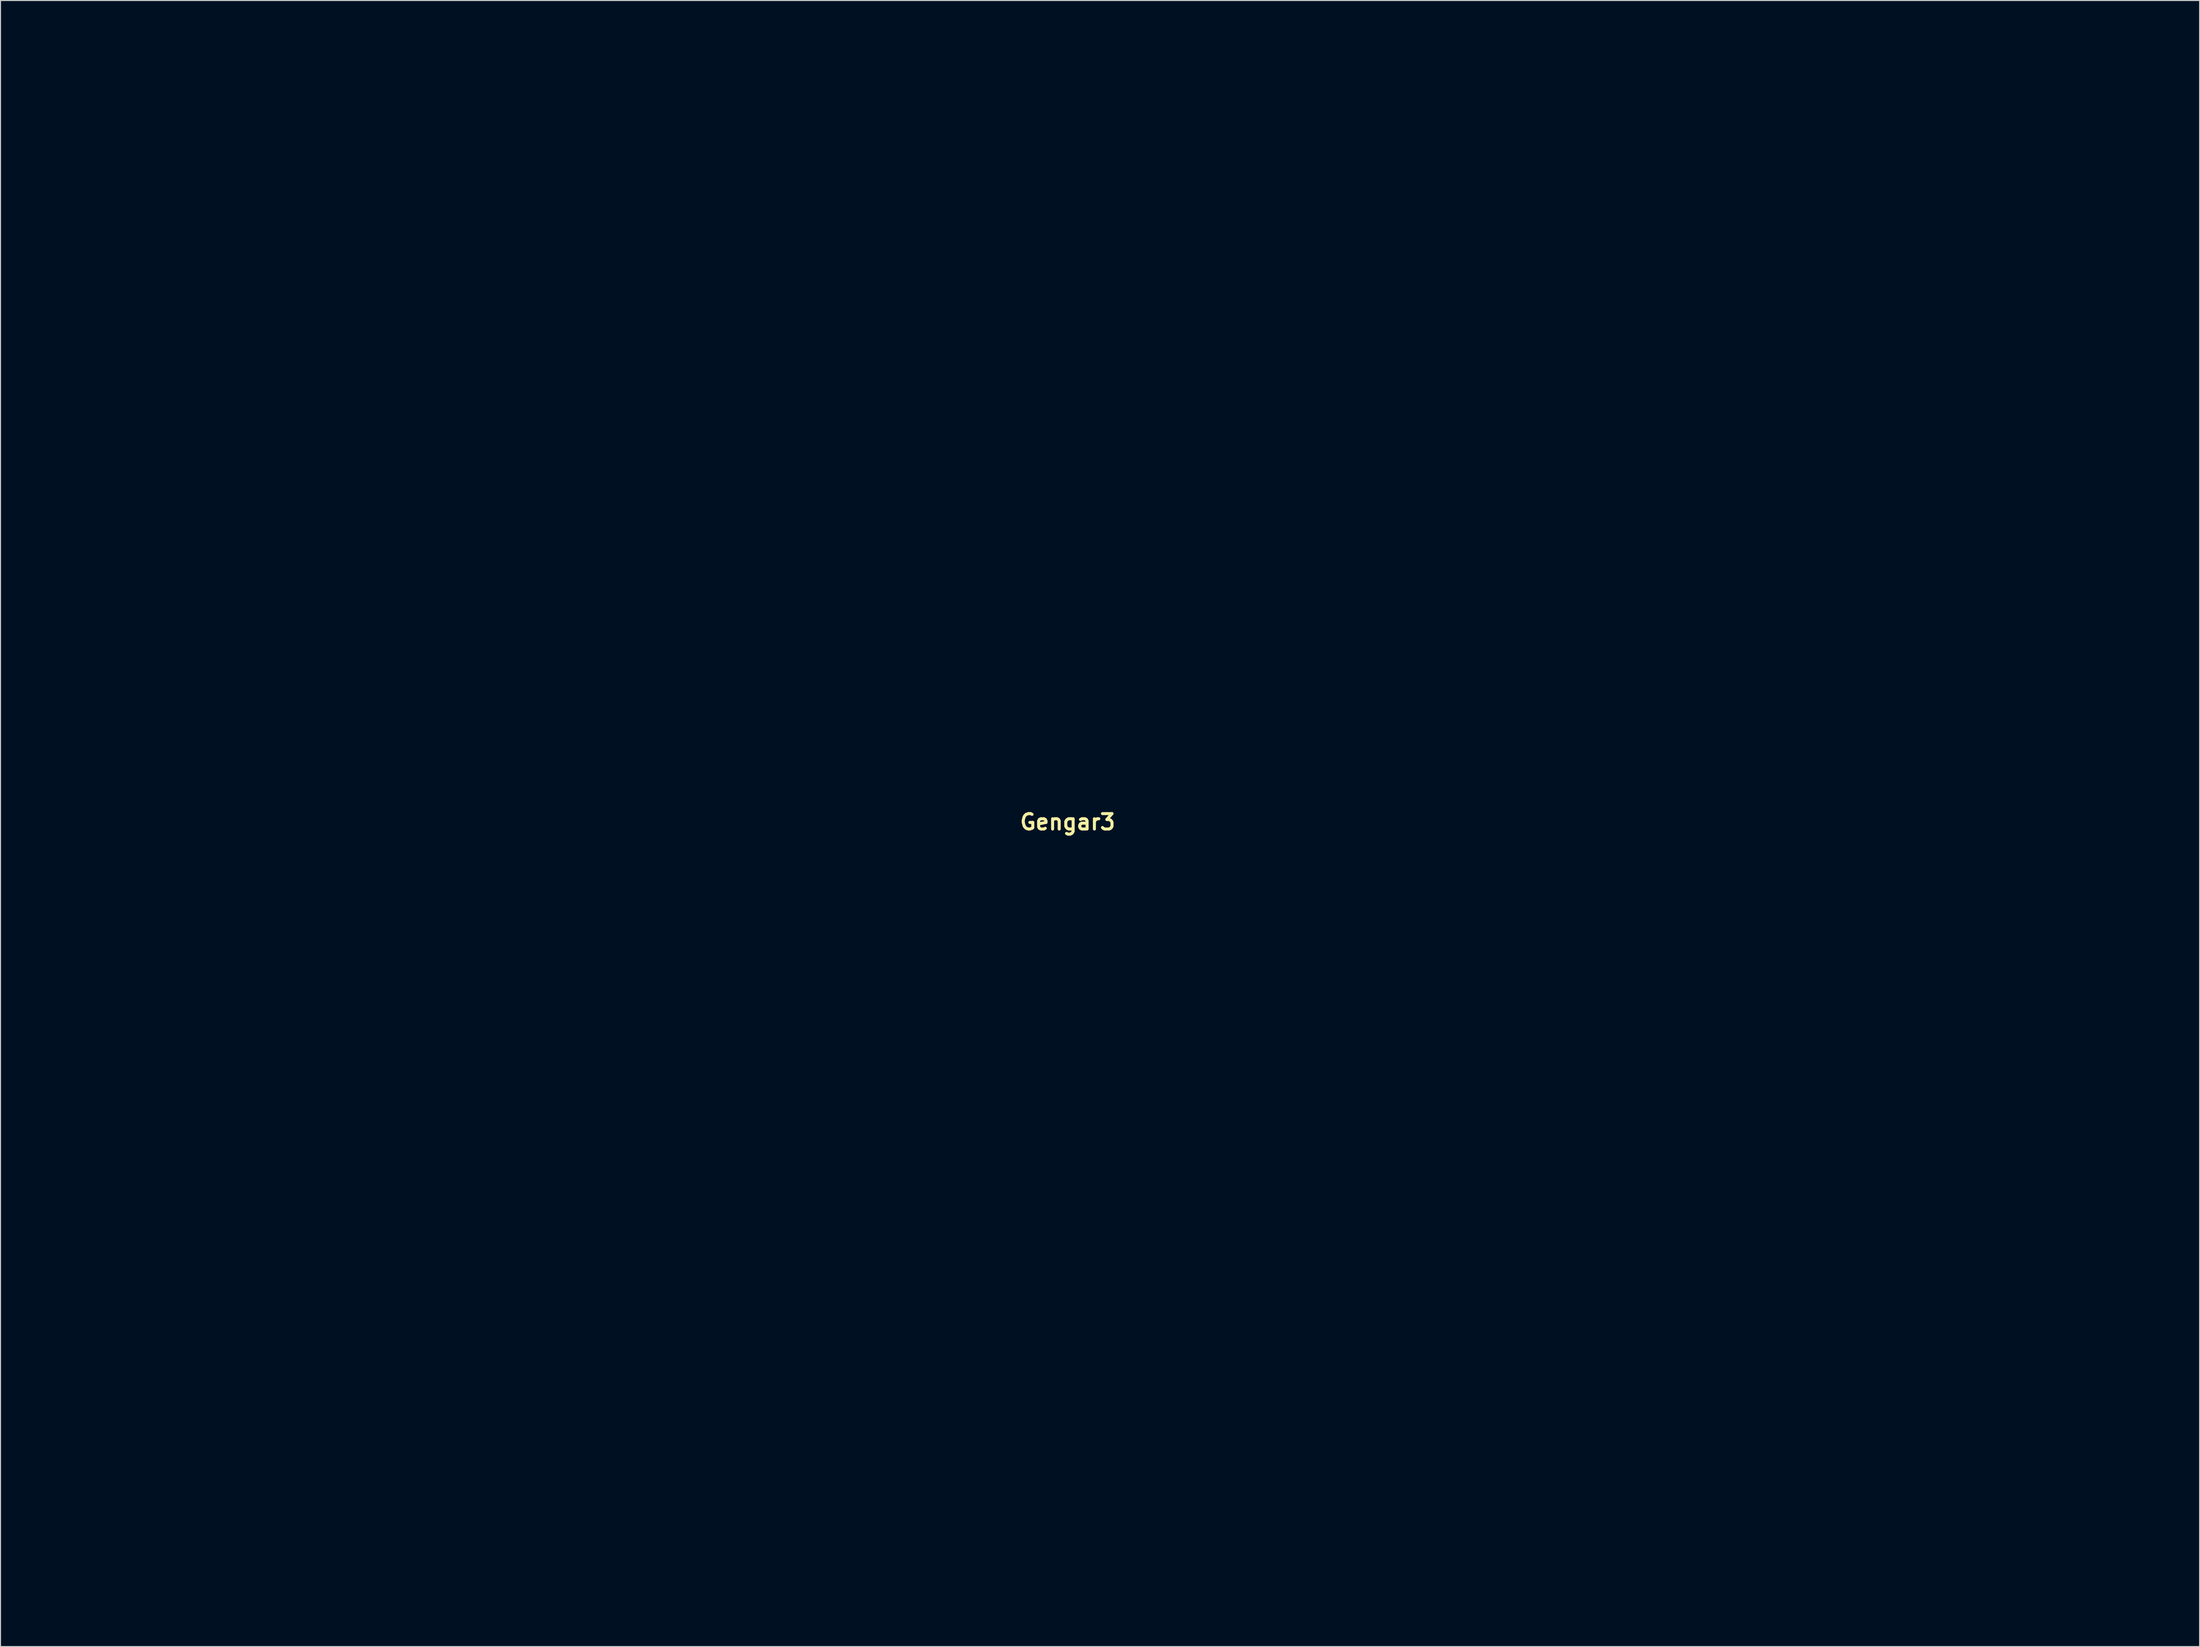
<source format=kicad_pcb>
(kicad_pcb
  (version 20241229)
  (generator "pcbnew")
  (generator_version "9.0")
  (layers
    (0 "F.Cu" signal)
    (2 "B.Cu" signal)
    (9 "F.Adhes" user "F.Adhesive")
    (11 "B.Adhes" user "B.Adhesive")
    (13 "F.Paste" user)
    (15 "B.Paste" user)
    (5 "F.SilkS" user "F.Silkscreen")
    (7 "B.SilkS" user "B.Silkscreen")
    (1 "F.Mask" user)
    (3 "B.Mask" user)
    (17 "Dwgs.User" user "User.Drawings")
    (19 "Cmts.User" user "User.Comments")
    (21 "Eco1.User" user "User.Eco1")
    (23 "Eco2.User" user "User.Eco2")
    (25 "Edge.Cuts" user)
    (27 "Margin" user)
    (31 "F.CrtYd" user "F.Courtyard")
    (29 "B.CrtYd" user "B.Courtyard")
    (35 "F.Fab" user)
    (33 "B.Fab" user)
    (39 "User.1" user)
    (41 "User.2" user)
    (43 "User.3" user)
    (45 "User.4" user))
  (footprint "Gengar3"
    (layer "F.Cu")
    (at 102.574 78.322)
    (property "Reference" "Gengar3" (at 0 0 0) (layer "F.SilkS") (effects (font (size 1.524 1.524) (thickness 0.3))))
    (attr through_hole)
    (fp_poly (pts (xy -17.765 -78.159) (xy -16.425 -77.728) (xy -15.539 -77.085) (xy -15.283 -76.605) (xy -15.249 -75.93) (xy -15.615 -75.309) (xy -16.261 -74.71) (xy -17.364 -73.913) (xy -18.548 -73.231) (xy -18.753 -73.135) (xy -19.754 -72.561) (xy -20.332 -71.824) (xy -20.544 -70.77) (xy -20.449 -69.242) (xy -20.388 -68.789) (xy -20.247 -67.264) (xy -20.194 -65.424) (xy -20.237 -63.653) (xy -20.242 -63.57) (xy -20.293 -61.806) (xy -20.206 -60.462) (xy -20.036 -59.779) (xy -19.833 -59.002) (xy -20.145 -58.366) (xy -20.229 -58.27) (xy -20.639 -57.658) (xy -20.764 -56.937) (xy -20.586 -55.969) (xy -20.084 -54.616) (xy -19.588 -53.49) (xy -18.784 -51.924) (xy -18.059 -51.034) (xy -17.337 -50.81) (xy -16.541 -51.239) (xy -15.596 -52.311) (xy -15.217 -52.834) (xy -14.406 -53.728) (xy -13.402 -54.497) (xy -12.453 -54.965) (xy -12.073 -55.033) (xy -11.902 -54.732) (xy -11.915 -54.005) (xy -11.919 -53.975) (xy -11.877 -53.151) (xy -11.502 -52.916) (xy -10.907 -53.311) (xy -10.722 -53.534) (xy -10.352 -53.896) (xy -10.246 -53.719) (xy -10.39 -53.116) (xy -10.771 -52.194) (xy -10.936 -51.858) (xy -11.383 -50.935) (xy -11.57 -50.355) (xy -11.443 -50.126) (xy -10.942 -50.259) (xy -10.01 -50.764) (xy -8.591 -51.649) (xy -7.336 -52.463) (xy -4.681 -54.085) (xy -2.44 -55.212) (xy -0.552 -55.868) (xy 0.986 -56.08) (xy 2.266 -56.411) (xy 3.103 -57.062) (xy 4.101 -57.798) (xy 5.368 -58.116) (xy 5.644 -58.139) (xy 8.011 -58.241) (xy 9.705 -58.185) (xy 10.054 -58.141) (xy 10.412 -58.145) (xy 10.633 -58.384) (xy 10.76 -58.997) (xy 10.836 -60.12) (xy 10.863 -60.766) (xy 10.885 -62.263) (xy 10.794 -63.132) (xy 10.56 -63.445) (xy 10.152 -63.274) (xy 9.905 -63.059) (xy 9.641 -62.911) (xy 9.545 -63.213) (xy 9.594 -64.075) (xy 9.624 -64.371) (xy 10.016 -65.902) (xy 10.87 -67.099) (xy 12.245 -68.005) (xy 14.201 -68.662) (xy 16.112 -69.02) (xy 18.091 -69.117) (xy 19.823 -68.851) (xy 21.238 -68.284) (xy 22.263 -67.483) (xy 22.829 -66.51) (xy 22.862 -65.43) (xy 22.294 -64.308) (xy 21.854 -63.836) (xy 21.002 -63.139) (xy 20.234 -62.669) (xy 20.09 -62.612) (xy 19.527 -62.164) (xy 19.403 -61.765) (xy 19.24 -61.115) (xy 18.823 -60.122) (xy 18.459 -59.407) (xy 17.828 -58.007) (xy 17.593 -56.688) (xy 17.595 -55.86) (xy 17.423 -53.761) (xy 16.685 -52.008) (xy 15.351 -50.564) (xy 13.393 -49.394) (xy 11.915 -48.811) (xy 9.701 -48.057) (xy 9.768 -46.606) (xy 9.758 -45.668) (xy 9.562 -45.246) (xy 9.167 -45.156) (xy 7.97 -45.4) (xy 7.001 -46.029) (xy 6.497 -46.891) (xy 6.497 -46.892) (xy 6.114 -48.128) (xy 5.498 -48.907) (xy 4.853 -49.303) (xy 3.802 -49.572) (xy 3 -49.297) (xy 2.689 -48.846) (xy 2.706 -48.254) (xy 2.942 -47.221) (xy 3.33 -45.951) (xy 3.801 -44.647) (xy 4.285 -43.512) (xy 4.714 -42.749) (xy 4.788 -42.658) (xy 5.8 -41.973) (xy 7.194 -41.783) (xy 8.713 -41.996) (xy 10.594 -42.686) (xy 12.119 -43.78) (xy 13.13 -45.161) (xy 13.203 -45.325) (xy 13.928 -46.458) (xy 14.873 -47.078) (xy 15.888 -47.092) (xy 16.453 -46.662) (xy 16.493 -45.87) (xy 16.003 -44.679) (xy 15.522 -43.864) (xy 14.816 -42.503) (xy 14.499 -41.329) (xy 14.591 -40.47) (xy 14.981 -40.094) (xy 15.995 -40.034) (xy 17.309 -40.412) (xy 18.725 -41.112) (xy 31.781 -41.112) (xy 31.976 -40.879) (xy 32.634 -41.16) (xy 33.743 -41.955) (xy 34.721 -42.765) (xy 35.763 -43.677) (xy 36.598 -44.439) (xy 37.079 -44.915) (xy 37.124 -44.97) (xy 37.361 -45.603) (xy 37.336 -46.243) (xy 37.067 -46.564) (xy 37.034 -46.567) (xy 36.305 -46.316) (xy 35.316 -45.662) (xy 34.249 -44.752) (xy 33.284 -43.737) (xy 32.812 -43.111) (xy 32.057 -41.857) (xy 31.781 -41.112) (xy 18.725 -41.112) (xy 18.762 -41.131) (xy 20.194 -42.095) (xy 21.444 -43.207) (xy 22.352 -44.373) (xy 22.463 -44.574) (xy 23.469 -46.013) (xy 24.807 -46.919) (xy 25.897 -47.283) (xy 27.723 -47.839) (xy 28.964 -48.479) (xy 29.74 -49.273) (xy 29.993 -49.758) (xy 30.227 -50.981) (xy 29.919 -51.98) (xy 29.147 -52.605) (xy 28.4 -52.74) (xy 27.657 -52.631) (xy 27.284 -52.162) (xy 27.135 -51.596) (xy 26.656 -50.242) (xy 25.895 -49.524) (xy 25.224 -49.389) (xy 24.313 -49.629) (xy 23.845 -50.269) (xy 23.784 -51.189) (xy 24.095 -52.268) (xy 24.744 -53.388) (xy 25.695 -54.426) (xy 26.915 -55.264) (xy 26.924 -55.268) (xy 27.519 -55.51) (xy 28.257 -55.65) (xy 29.288 -55.698) (xy 30.76 -55.661) (xy 32.249 -55.583) (xy 33.921 -55.471) (xy 35.336 -55.351) (xy 36.346 -55.236) (xy 36.8 -55.141) (xy 36.712 -54.824) (xy 36.212 -54.141) (xy 35.395 -53.216) (xy 34.98 -52.786) (xy 33.593 -51.251) (xy 32.674 -49.948) (xy 32.256 -48.937) (xy 32.372 -48.276) (xy 32.402 -48.243) (xy 32.957 -48.142) (xy 33.804 -48.491) (xy 34.786 -49.193) (xy 35.744 -50.156) (xy 35.902 -50.348) (xy 36.802 -51.574) (xy 37.735 -52.988) (xy 38.619 -54.446) (xy 39.371 -55.803) (xy 39.908 -56.916) (xy 40.149 -57.641) (xy 40.15 -57.767) (xy 39.897 -58.122) (xy 39.213 -58.473) (xy 38.001 -58.859) (xy 36.703 -59.194) (xy 35.218 -59.581) (xy 33.97 -59.956) (xy 33.135 -60.262) (xy 32.914 -60.383) (xy 32.58 -60.991) (xy 32.456 -61.805) (xy 32.456 -62.845) (xy 34.361 -62.607) (xy 35.471 -62.495) (xy 36.079 -62.547) (xy 36.38 -62.809) (xy 36.504 -63.119) (xy 36.6 -64.29) (xy 36.299 -65.517) (xy 35.699 -66.427) (xy 34.989 -66.859) (xy 33.947 -67.291) (xy 33.602 -67.402) (xy 33.329 -67.519) (xy 39.583 -67.519) (xy 39.659 -66.754) (xy 40.242 -65.841) (xy 41.069 -65.099) (xy 41.949 -64.995) (xy 42.992 -65.53) (xy 43.365 -65.824) (xy 44.197 -66.683) (xy 44.377 -67.364) (xy 43.906 -67.956) (xy 43.409 -68.253) (xy 42.013 -68.728) (xy 40.799 -68.668) (xy 40.065 -68.237) (xy 39.583 -67.519) (xy 33.329 -67.519) (xy 32.546 -67.855) (xy 32.133 -68.448) (xy 32.352 -69.253) (xy 33.134 -70.285) (xy 33.752 -70.917) (xy 34.325 -71.255) (xy 35.099 -71.382) (xy 36.319 -71.379) (xy 36.397 -71.377) (xy 37.8 -71.22) (xy 39.659 -70.845) (xy 41.789 -70.306) (xy 44.004 -69.659) (xy 46.12 -68.959) (xy 47.949 -68.26) (xy 49.307 -67.618) (xy 49.506 -67.5) (xy 50.753 -66.613) (xy 51.768 -65.678) (xy 52.411 -64.838) (xy 52.564 -64.37) (xy 52.436 -63.781) (xy 52.119 -62.879) (xy 52.039 -62.683) (xy 51.723 -61.482) (xy 51.722 -60.388) (xy 51.657 -59.487) (xy 51.095 -58.468) (xy 49.999 -57.289) (xy 48.331 -55.913) (xy 46.055 -54.299) (xy 45.903 -54.197) (xy 44.032 -52.876) (xy 42.649 -51.728) (xy 41.607 -50.619) (xy 41.086 -49.922) (xy 40.443 -48.91) (xy 40.045 -48.128) (xy 39.979 -47.745) (xy 40.509 -47.649) (xy 41.508 -47.805) (xy 42.811 -48.165) (xy 44.25 -48.678) (xy 45.656 -49.297) (xy 46.126 -49.538) (xy 47.201 -50.085) (xy 47.986 -50.425) (xy 48.327 -50.493) (xy 48.331 -50.48) (xy 48.057 -49.998) (xy 47.342 -49.272) (xy 46.342 -48.431) (xy 45.213 -47.604) (xy 44.113 -46.921) (xy 43.833 -46.774) (xy 42.665 -46.112) (xy 42.069 -45.592) (xy 42.073 -45.255) (xy 42.598 -45.14) (xy 42.608 -44.997) (xy 42.083 -44.632) (xy 41.132 -44.117) (xy 40.83 -43.968) (xy 38.786 -42.838) (xy 37.326 -41.679) (xy 36.337 -40.383) (xy 35.823 -39.221) (xy 35.501 -38.221) (xy 35.305 -37.504) (xy 35.278 -37.332) (xy 35.491 -37.077) (xy 36.16 -37.099) (xy 37.328 -37.408) (xy 39.04 -38.015) (xy 41.17 -38.863) (xy 44.228 -40.204) (xy 46.73 -41.516) (xy 48.815 -42.905) (xy 50.62 -44.473) (xy 52.284 -46.327) (xy 53.916 -48.53) (xy 54.756 -49.723) (xy 55.37 -50.461) (xy 55.93 -50.872) (xy 56.606 -51.082) (xy 57.515 -51.212) (xy 58.707 -51.422) (xy 59.544 -51.8) (xy 60.337 -52.516) (xy 60.747 -52.976) (xy 61.05 -53.355) (xy 69.663 -53.355) (xy 69.671 -53.273) (xy 70.229 -52.964) (xy 71.163 -52.939) (xy 72.213 -53.169) (xy 73.124 -53.626) (xy 73.173 -53.663) (xy 73.835 -54.352) (xy 74.035 -55.178) (xy 74.014 -55.691) (xy 73.849 -56.527) (xy 73.579 -56.958) (xy 73.516 -56.974) (xy 73.028 -56.75) (xy 72.273 -56.177) (xy 71.405 -55.403) (xy 70.578 -54.576) (xy 69.946 -53.844) (xy 69.663 -53.355) (xy 61.05 -53.355) (xy 61.504 -53.922) (xy 61.901 -54.715) (xy 62.054 -55.671) (xy 62.077 -56.621) (xy 61.943 -58.149) (xy 61.572 -59.494) (xy 61.033 -60.498) (xy 60.392 -61.001) (xy 60.194 -61.031) (xy 59.762 -60.786) (xy 59.011 -60.148) (xy 58.082 -59.261) (xy 57.116 -58.269) (xy 56.251 -57.314) (xy 55.628 -56.541) (xy 55.386 -56.093) (xy 55.386 -56.091) (xy 55.139 -55.558) (xy 54.511 -54.769) (xy 53.677 -53.904) (xy 52.81 -53.147) (xy 52.176 -52.722) (xy 51.121 -52.35) (xy 50.2 -52.228) (xy 49.674 -52.263) (xy 49.628 -52.397) (xy 50.117 -52.709) (xy 50.8 -53.072) (xy 52.374 -54.024) (xy 53.266 -54.891) (xy 53.493 -55.692) (xy 53.33 -56.126) (xy 53.08 -56.841) (xy 53.138 -57.253) (xy 53.979 -58.534) (xy 55.217 -60.177) (xy 56.744 -62.052) (xy 58.45 -64.026) (xy 60.229 -65.969) (xy 60.547 -66.299) (xy 70.203 -66.299) (xy 70.504 -65.395) (xy 71.282 -64.795) (xy 72.346 -64.574) (xy 73.506 -64.805) (xy 73.754 -64.924) (xy 74.303 -65.569) (xy 74.461 -66.522) (xy 74.236 -67.508) (xy 73.652 -68.242) (xy 72.925 -68.655) (xy 72.465 -68.792) (xy 71.875 -68.523) (xy 71.158 -67.875) (xy 70.531 -67.085) (xy 70.211 -66.393) (xy 70.203 -66.299) (xy 60.547 -66.299) (xy 61.154 -66.931) (xy 62.753 -68.537) (xy 63.989 -69.701) (xy 64.968 -70.51) (xy 65.794 -71.048) (xy 66.574 -71.401) (xy 66.76 -71.466) (xy 68.918 -71.839) (xy 71.001 -71.538) (xy 72.928 -70.596) (xy 74.622 -69.043) (xy 75.386 -68.001) (xy 76.217 -66.822) (xy 77.227 -65.542) (xy 77.696 -64.997) (xy 78.572 -63.902) (xy 79.239 -62.847) (xy 79.612 -61.991) (xy 79.604 -61.495) (xy 79.596 -61.486) (xy 79.22 -61.53) (xy 78.738 -61.775) (xy 78.107 -62.021) (xy 77.449 -61.819) (xy 77.117 -61.615) (xy 76.567 -61.172) (xy 76.293 -60.648) (xy 76.292 -59.898) (xy 76.564 -58.779) (xy 77.082 -57.218) (xy 77.51 -55.919) (xy 77.824 -54.827) (xy 77.962 -54.158) (xy 77.964 -54.114) (xy 78.074 -53.784) (xy 78.51 -53.644) (xy 79.432 -53.66) (xy 79.873 -53.693) (xy 80.973 -53.766) (xy 81.558 -53.695) (xy 81.816 -53.403) (xy 81.933 -52.829) (xy 81.929 -51.788) (xy 81.552 -50.792) (xy 80.736 -49.757) (xy 79.415 -48.597) (xy 77.52 -47.231) (xy 77.452 -47.184) (xy 75.711 -46.047) (xy 74.41 -45.307) (xy 73.442 -44.91) (xy 72.761 -44.803) (xy 71.48 -44.482) (xy 70.435 -43.61) (xy 69.695 -42.318) (xy 69.328 -40.741) (xy 69.401 -39.011) (xy 69.52 -38.482) (xy 69.832 -37.459) (xy 70.121 -36.729) (xy 70.222 -36.563) (xy 70.778 -36.416) (xy 71.659 -36.665) (xy 72.698 -37.2) (xy 73.726 -37.911) (xy 74.574 -38.691) (xy 75.074 -39.431) (xy 75.142 -39.742) (xy 75.429 -40.414) (xy 76.164 -41.22) (xy 77.155 -41.995) (xy 78.212 -42.573) (xy 78.543 -42.693) (xy 79.344 -42.845) (xy 80.703 -43.006) (xy 82.47 -43.161) (xy 84.496 -43.297) (xy 86.078 -43.377) (xy 88.168 -43.489) (xy 90.078 -43.63) (xy 91.668 -43.786) (xy 92.799 -43.944) (xy 93.27 -44.059) (xy 94.155 -44.319) (xy 94.468 -44.169) (xy 94.195 -43.626) (xy 93.847 -43.224) (xy 92.42 -42.219) (xy 90.478 -41.69) (xy 88.372 -41.619) (xy 86.301 -41.707) (xy 84.756 -41.719) (xy 83.556 -41.624) (xy 82.522 -41.393) (xy 81.476 -40.997) (xy 80.238 -40.406) (xy 79.851 -40.21) (xy 77.936 -39.129) (xy 76.531 -38.099) (xy 75.914 -37.459) (xy 75.123 -36.696) (xy 73.947 -35.867) (xy 72.607 -35.097) (xy 71.323 -34.509) (xy 70.314 -34.228) (xy 70.169 -34.22) (xy 69.531 -33.975) (xy 68.935 -33.478) (xy 68.304 -32.934) (xy 67.271 -32.198) (xy 66.05 -31.421) (xy 65.946 -31.359) (xy 64.225 -30.247) (xy 62.937 -29.228) (xy 62.14 -28.361) (xy 61.893 -27.703) (xy 62.008 -27.456) (xy 62.543 -27.17) (xy 63.548 -26.813) (xy 64.777 -26.472) (xy 67.138 -25.897) (xy 65.002 -24.039) (xy 63.608 -22.708) (xy 62.323 -21.266) (xy 61.242 -19.842) (xy 60.456 -18.565) (xy 60.059 -17.561) (xy 60.036 -17.196) (xy 60.409 -16.549) (xy 61.204 -16.335) (xy 62.311 -16.521) (xy 63.619 -17.08) (xy 65.017 -17.981) (xy 65.971 -18.782) (xy 67.507 -20.16) (xy 69.185 -21.585) (xy 70.806 -22.893) (xy 72.171 -23.918) (xy 72.457 -24.117) (xy 73.71 -24.778) (xy 75.075 -25.032) (xy 75.636 -25.047) (xy 76.7 -25.12) (xy 78.24 -25.319) (xy 80.048 -25.613) (xy 81.818 -25.952) (xy 83.893 -26.412) (xy 85.43 -26.836) (xy 86.592 -27.28) (xy 87.539 -27.798) (xy 87.811 -27.98) (xy 89.363 -28.995) (xy 90.668 -29.645) (xy 91.914 -29.955) (xy 93.292 -29.952) (xy 94.991 -29.664) (xy 96.727 -29.242) (xy 99.546 -28.708) (xy 101.998 -28.686) (xy 104.208 -29.186) (xy 105.478 -29.742) (xy 106.715 -30.362) (xy 107.364 -30.621) (xy 107.448 -30.512) (xy 106.99 -30.028) (xy 106.359 -29.462) (xy 105.308 -28.705) (xy 103.904 -27.904) (xy 102.35 -27.153) (xy 100.851 -26.545) (xy 99.611 -26.176) (xy 99.067 -26.108) (xy 98.214 -26.302) (xy 97.252 -26.771) (xy 97.19 -26.811) (xy 96.152 -27.298) (xy 95.104 -27.507) (xy 95.074 -27.507) (xy 94.047 -27.413) (xy 92.631 -27.174) (xy 91.034 -26.835) (xy 89.46 -26.446) (xy 88.117 -26.056) (xy 87.208 -25.711) (xy 87.064 -25.632) (xy 86.078 -25.133) (xy 85.372 -24.879) (xy 83.842 -24.411) (xy 82.677 -23.958) (xy 81.979 -23.568) (xy 81.85 -23.287) (xy 81.889 -23.256) (xy 81.893 -23.036) (xy 81.266 -22.828) (xy 80.938 -22.768) (xy 78.046 -22.265) (xy 75.793 -21.767) (xy 74.194 -21.278) (xy 73.269 -20.805) (xy 73.025 -20.425) (xy 73.312 -20.125) (xy 74.03 -19.683) (xy 74.348 -19.52) (xy 75.203 -18.985) (xy 75.722 -18.441) (xy 75.776 -18.301) (xy 75.573 -17.816) (xy 74.916 -16.952) (xy 73.877 -15.796) (xy 72.801 -14.704) (xy 69.721 -11.678) (xy 69.658 -9.102) (xy 69.672 -7.778) (xy 69.768 -6.707) (xy 69.927 -6.107) (xy 69.942 -6.085) (xy 70.557 -5.801) (xy 71.689 -5.704) (xy 73.18 -5.77) (xy 74.876 -5.971) (xy 76.62 -6.281) (xy 78.256 -6.674) (xy 79.629 -7.124) (xy 80.581 -7.604) (xy 80.911 -7.938) (xy 81.326 -8.637) (xy 81.96 -9.632) (xy 82.335 -10.199) (xy 82.549 -10.532) (xy 86.252 -10.532) (xy 86.498 -10.159) (xy 87.255 -9.967) (xy 88.433 -10.011) (xy 89.801 -10.256) (xy 91.127 -10.668) (xy 91.686 -10.918) (xy 92.813 -11.649) (xy 93.521 -12.429) (xy 93.72 -13.135) (xy 93.543 -13.49) (xy 93.038 -13.611) (xy 92.048 -13.603) (xy 90.777 -13.491) (xy 89.426 -13.3) (xy 88.199 -13.054) (xy 87.3 -12.778) (xy 87.15 -12.707) (xy 86.576 -12.129) (xy 86.252 -11.308) (xy 86.252 -10.532) (xy 82.549 -10.532) (xy 82.93 -11.126) (xy 83.164 -11.72) (xy 83.083 -12.224) (xy 82.805 -12.756) (xy 82.483 -13.431) (xy 82.457 -13.756) (xy 82.478 -13.761) (xy 84.058 -13.864) (xy 85.882 -14.11) (xy 87.719 -14.457) (xy 89.339 -14.858) (xy 90.513 -15.272) (xy 90.615 -15.321) (xy 91.94 -16.165) (xy 93.253 -17.288) (xy 94.389 -18.519) (xy 95.183 -19.688) (xy 95.444 -20.352) (xy 95.713 -21.432) (xy 96.008 -21.99) (xy 96.478 -22.196) (xy 97.091 -22.224) (xy 98.112 -22.083) (xy 99.521 -21.702) (xy 101.182 -21.138) (xy 102.961 -20.448) (xy 104.721 -19.691) (xy 106.328 -18.925) (xy 107.644 -18.206) (xy 108.536 -17.594) (xy 108.857 -17.207) (xy 108.984 -16.011) (xy 108.705 -14.85) (xy 108.106 -13.981) (xy 107.696 -13.729) (xy 106.981 -13.552) (xy 106.511 -13.809) (xy 106.104 -14.464) (xy 105.64 -14.844) (xy 104.75 -15.299) (xy 103.689 -15.727) (xy 102.713 -16.024) (xy 102.077 -16.09) (xy 102.053 -16.083) (xy 101.534 -15.729) (xy 100.702 -14.961) (xy 99.686 -13.919) (xy 98.615 -12.741) (xy 97.617 -11.565) (xy 96.819 -10.53) (xy 96.565 -10.155) (xy 96.137 -9.421) (xy 95.991 -8.889) (xy 96.207 -8.505) (xy 96.866 -8.215) (xy 98.048 -7.966) (xy 99.832 -7.704) (xy 100.325 -7.638) (xy 102.068 -7.414) (xy 103.61 -7.229) (xy 104.785 -7.104) (xy 105.431 -7.056) (xy 105.441 -7.056) (xy 106.078 -6.935) (xy 106.132 -6.661) (xy 105.663 -6.363) (xy 105.04 -6.208) (xy 104.183 -6.111) (xy 102.848 -5.996) (xy 101.261 -5.882) (xy 100.459 -5.832) (xy 98.857 -5.707) (xy 97.424 -5.538) (xy 96.373 -5.353) (xy 96.053 -5.262) (xy 95.082 -4.892) (xy 95.96 -4.22) (xy 96.781 -3.695) (xy 98.092 -2.977) (xy 99.732 -2.147) (xy 101.54 -1.286) (xy 103.271 -0.512) (xy 104.163 -0.102) (xy 104.502 0.194) (xy 104.392 0.528) (xy 104.157 0.804) (xy 103.438 1.463) (xy 102.943 1.801) (xy 102.443 1.951) (xy 101.413 2.184) (xy 99.988 2.474) (xy 98.305 2.797) (xy 96.5 3.128) (xy 94.707 3.444) (xy 93.062 3.72) (xy 91.702 3.931) (xy 90.761 4.053) (xy 90.376 4.061) (xy 90.376 4.061) (xy 90.585 3.843) (xy 91.24 3.413) (xy 91.685 3.154) (xy 92.483 2.621) (xy 92.895 2.175) (xy 92.905 2.032) (xy 92.469 1.886) (xy 91.573 1.867) (xy 90.89 1.923) (xy 89.863 2.036) (xy 89.464 2.035) (xy 89.622 1.896) (xy 90.135 1.652) (xy 91.379 0.875) (xy 91.949 -0.023) (xy 91.933 -0.872) (xy 91.776 -1.316) (xy 91.489 -1.635) (xy 90.958 -1.858) (xy 90.071 -2.015) (xy 88.714 -2.136) (xy 86.772 -2.25) (xy 86.607 -2.258) (xy 83.079 -2.443) (xy 82.178 -1.364) (xy 81.278 -0.284) (xy 79.38 -0.848) (xy 77.225 -1.312) (xy 75.494 -1.261) (xy 74.097 -0.659) (xy 72.943 0.525) (xy 72.192 1.798) (xy 71.473 3.805) (xy 71.286 5.758) (xy 71.613 7.531) (xy 72.434 8.996) (xy 73.445 9.869) (xy 74.919 10.417) (xy 76.844 10.602) (xy 79.067 10.428) (xy 81.436 9.897) (xy 82.054 9.701) (xy 83.693 9.179) (xy 84.825 8.912) (xy 85.599 8.895) (xy 86.165 9.125) (xy 86.64 9.563) (xy 88.207 10.772) (xy 90.243 11.465) (xy 92.249 11.642) (xy 93.953 11.742) (xy 95.345 12.095) (xy 96.308 12.524) (xy 97.943 13.131) (xy 99.647 13.399) (xy 101.179 13.307) (xy 102.006 13.024) (xy 102.702 12.721) (xy 102.907 12.779) (xy 102.673 13.106) (xy 102.052 13.612) (xy 101.444 14.006) (xy 100.237 14.891) (xy 99.65 15.756) (xy 99.596 15.955) (xy 99.307 16.652) (xy 98.667 17.019) (xy 98.118 17.141) (xy 96.997 17.444) (xy 96.038 17.868) (xy 96.002 17.89) (xy 95.448 18.372) (xy 95.285 19.028) (xy 95.343 19.729) (xy 95.519 21.042) (xy 91.592 21.963) (xy 89.842 22.357) (xy 88.183 22.701) (xy 86.829 22.952) (xy 86.137 23.054) (xy 85.153 23.204) (xy 84.498 23.38) (xy 84.391 23.441) (xy 84.406 23.856) (xy 84.727 24.589) (xy 84.793 24.705) (xy 85.183 25.41) (xy 85.17 25.696) (xy 84.714 25.752) (xy 84.563 25.753) (xy 83.436 25.903) (xy 82.185 26.279) (xy 81.146 26.768) (xy 80.835 26.998) (xy 80.518 27.722) (xy 80.707 28.674) (xy 81.325 29.689) (xy 82.291 30.604) (xy 82.697 30.869) (xy 83.984 31.52) (xy 84.967 31.721) (xy 85.855 31.507) (xy 86.09 31.39) (xy 86.535 31.034) (xy 86.511 30.517) (xy 86.346 30.117) (xy 86.115 29.393) (xy 86.341 28.924) (xy 86.6 28.713) (xy 87.327 28.29) (xy 87.895 28.371) (xy 88.539 28.919) (xy 88.899 29.364) (xy 89.024 29.84) (xy 88.868 30.448) (xy 88.388 31.289) (xy 87.538 32.466) (xy 86.293 34.059) (xy 85.185 35.464) (xy 84.521 36.429) (xy 84.313 37.071) (xy 84.575 37.508) (xy 85.321 37.86) (xy 86.565 38.245) (xy 86.783 38.309) (xy 89.088 38.721) (xy 91.265 38.721) (xy 92.567 38.652) (xy 93.294 38.669) (xy 93.573 38.798) (xy 93.531 39.068) (xy 93.47 39.189) (xy 93.182 39.849) (xy 93.351 40.142) (xy 94.089 40.212) (xy 94.28 40.212) (xy 95.958 40.017) (xy 98.025 39.478) (xy 100.289 38.651) (xy 101.47 38.13) (xy 102.619 37.6) (xy 103.493 37.213) (xy 103.92 37.044) (xy 103.933 37.042) (xy 104.123 37.3) (xy 103.961 37.982) (xy 103.517 38.95) (xy 102.864 40.065) (xy 102.075 41.188) (xy 101.301 42.098) (xy 100.631 42.793) (xy 100.035 43.348) (xy 99.424 43.778) (xy 98.713 44.101) (xy 97.814 44.331) (xy 96.64 44.486) (xy 95.105 44.583) (xy 93.121 44.637) (xy 90.601 44.666) (xy 87.61 44.684) (xy 84.61 44.703) (xy 82.228 44.73) (xy 80.376 44.768) (xy 78.965 44.824) (xy 77.908 44.904) (xy 77.117 45.013) (xy 76.503 45.156) (xy 75.98 45.34) (xy 75.728 45.447) (xy 74.506 46.204) (xy 73.373 47.274) (xy 72.488 48.467) (xy 72.009 49.593) (xy 71.967 49.959) (xy 72.052 50.507) (xy 72.365 50.91) (xy 72.993 51.185) (xy 74.023 51.35) (xy 75.541 51.424) (xy 77.635 51.425) (xy 78.862 51.405) (xy 80.949 51.36) (xy 82.447 51.307) (xy 83.471 51.23) (xy 84.137 51.108) (xy 84.56 50.925) (xy 84.858 50.661) (xy 85.044 50.431) (xy 85.515 49.752) (xy 85.717 49.33) (xy 85.717 49.329) (xy 86.028 48.923) (xy 86.782 48.436) (xy 87.747 47.985) (xy 88.687 47.684) (xy 89.152 47.625) (xy 90.199 47.886) (xy 91.014 48.544) (xy 91.368 49.408) (xy 91.369 49.468) (xy 91.086 50.088) (xy 90.348 50.893) (xy 89.324 51.735) (xy 88.183 52.469) (xy 87.564 52.774) (xy 86.75 53.047) (xy 85.796 53.179) (xy 84.51 53.183) (xy 82.903 53.089) (xy 80.478 52.94) (xy 78.574 52.905) (xy 77.015 52.991) (xy 75.624 53.207) (xy 74.436 53.502) (xy 72.942 53.992) (xy 72.075 54.473) (xy 71.761 55.009) (xy 71.927 55.665) (xy 71.945 55.698) (xy 72.487 56.284) (xy 72.949 56.45) (xy 73.78 56.634) (xy 74.048 56.768) (xy 74.309 57.08) (xy 74.136 57.562) (xy 73.783 58.045) (xy 73.267 58.827) (xy 73.027 59.437) (xy 73.025 59.474) (xy 73.351 59.886) (xy 74.225 60.253) (xy 75.489 60.531) (xy 76.984 60.677) (xy 77.435 60.688) (xy 79.199 60.703) (xy 78.14 61.598) (xy 76.409 62.914) (xy 74.466 64.076) (xy 72.076 65.221) (xy 71.94 65.281) (xy 70.571 65.842) (xy 69.429 66.188) (xy 68.241 66.372) (xy 66.736 66.449) (xy 65.949 66.461) (xy 64.325 66.462) (xy 63.174 66.39) (xy 62.263 66.198) (xy 61.357 65.839) (xy 60.351 65.333) (xy 58.773 64.653) (xy 57.494 64.378) (xy 56.585 64.481) (xy 56.119 64.933) (xy 56.165 65.705) (xy 56.792 66.764) (xy 57.492 67.654) (xy 56.703 67.865) (xy 54.915 68.099) (xy 53.194 67.779) (xy 51.427 66.867) (xy 49.869 65.658) (xy 46.796 63.328) (xy 44.859 62.197) (xy 43.681 61.575) (xy 42.664 62.802) (xy 42.058 63.641) (xy 41.697 64.343) (xy 41.631 64.769) (xy 41.912 64.775) (xy 41.973 64.739) (xy 42.526 64.718) (xy 43.022 64.902) (xy 43.535 65.324) (xy 44.305 66.122) (xy 45.208 67.144) (xy 46.116 68.241) (xy 46.905 69.26) (xy 47.449 70.05) (xy 47.625 70.438) (xy 47.316 70.708) (xy 46.506 71.089) (xy 45.42 71.482) (xy 43.215 72.191) (xy 43.215 74.964) (xy 40.975 75.212) (xy 38.925 75.613) (xy 37.52 76.293) (xy 36.762 77.249) (xy 36.746 77.291) (xy 36.6 77.512) (xy 36.329 77.545) (xy 35.852 77.344) (xy 35.087 76.86) (xy 33.951 76.048) (xy 32.363 74.86) (xy 31.861 74.481) (xy 29.439 72.731) (xy 26.925 71.067) (xy 24.553 69.639) (xy 23.298 68.96) (xy 21.46 67.949) (xy 19.593 66.799) (xy 17.826 65.602) (xy 16.284 64.448) (xy 15.096 63.428) (xy 14.39 62.635) (xy 14.341 62.556) (xy 14.33 61.911) (xy 14.782 61.34) (xy 15.327 60.699) (xy 15.541 60.178) (xy 15.357 59.972) (xy 15.004 60.15) (xy 14.213 60.623) (xy 13.135 61.299) (xy 12.799 61.515) (xy 9.45 63.501) (xy 6.178 65.058) (xy 3.175 66.174) (xy 2.07 66.527) (xy 1.113 66.785) (xy 0.16 66.964) (xy -0.932 67.078) (xy -2.307 67.143) (xy -4.107 67.174) (xy -6.35 67.185) (xy -8.707 67.185) (xy -10.51 67.161) (xy -11.914 67.097) (xy -13.071 66.978) (xy -14.133 66.79) (xy -15.254 66.518) (xy -16.368 66.208) (xy -17.914 65.806) (xy -19.274 65.522) (xy -20.262 65.391) (xy -20.619 65.404) (xy -21.295 65.904) (xy -22.065 67.07) (xy -22.399 67.729) (xy -23.749 69.932) (xy -25.69 72.102) (xy -28.256 74.273) (xy -31.484 76.478) (xy -32.038 76.82) (xy -33.163 77.498) (xy -33.814 77.84) (xy -34.121 77.874) (xy -34.213 77.631) (xy -34.219 77.317) (xy -34.316 76.675) (xy -34.699 76.428) (xy -35.511 76.531) (xy -36.164 76.713) (xy -37.434 76.947) (xy -38.188 76.719) (xy -38.452 76.022) (xy -38.453 75.965) (xy -38.768 75.418) (xy -39.56 74.987) (xy -40.604 74.791) (xy -40.723 74.789) (xy -41.397 74.714) (xy -41.628 74.566) (xy -41.437 74.183) (xy -40.944 73.415) (xy -40.403 72.639) (xy -39.734 71.685) (xy -39.438 71.127) (xy -39.478 70.787) (xy -39.813 70.49) (xy -39.909 70.423) (xy -40.34 70.19) (xy -40.801 70.191) (xy -41.461 70.475) (xy -42.493 71.096) (xy -42.809 71.297) (xy -44.707 72.652) (xy -45.943 73.889) (xy -46.539 75.05) (xy -46.522 76.178) (xy -46.045 77.14) (xy -45.773 77.606) (xy -45.879 77.888) (xy -46.484 78.12) (xy -47.084 78.277) (xy -48.145 78.533) (xy -48.844 78.611) (xy -49.506 78.496) (xy -50.455 78.172) (xy -50.624 78.111) (xy -51.638 77.744) (xy -52.425 77.456) (xy -52.564 77.404) (xy -52.738 77.184) (xy -52.267 76.863) (xy -51.98 76.734) (xy -51.017 76.087) (xy -50.564 75.116) (xy -50.573 73.705) (xy -50.621 73.394) (xy -50.984 72.161) (xy -51.658 71.345) (xy -52.763 70.863) (xy -54.421 70.631) (xy -54.651 70.617) (xy -55.911 70.53) (xy -56.611 70.408) (xy -56.895 70.191) (xy -56.909 69.818) (xy -56.886 69.688) (xy -56.856 69.26) (xy -57.066 69.002) (xy -57.661 68.846) (xy -58.787 68.729) (xy -59.079 68.705) (xy -60.302 68.579) (xy -61.225 68.431) (xy -61.641 68.299) (xy -61.569 67.923) (xy -61.151 67.188) (xy -60.723 66.584) (xy -59.547 64.879) (xy -58.895 63.533) (xy -58.742 62.469) (xy -58.961 61.762) (xy -59.651 61.045) (xy -60.5 60.622) (xy -61.693 60.513) (xy -63.32 60.646) (xy -65.165 60.988) (xy -67.012 61.505) (xy -67.649 61.732) (xy -69.133 62.235) (xy -70.214 62.379) (xy -71.109 62.141) (xy -72.038 61.493) (xy -72.401 61.175) (xy -73.306 60.425) (xy -74.048 60.071) (xy -74.945 59.998) (xy -75.531 60.029) (xy -76.524 60.062) (xy -77.148 60.014) (xy -77.259 59.953) (xy -77.008 59.485) (xy -76.39 58.783) (xy -75.604 58.035) (xy -74.847 57.429) (xy -74.319 57.152) (xy -74.288 57.15) (xy -73.771 57.472) (xy -73.204 58.35) (xy -73.025 58.737) (xy -72.463 59.801) (xy -71.906 60.275) (xy -71.615 60.325) (xy -70.4 60.087) (xy -69.082 59.486) (xy -68.019 58.691) (xy -67.936 58.602) (xy -67.517 58.055) (xy -67.457 57.565) (xy -67.744 56.821) (xy -67.842 56.613) (xy -68.185 55.968) (xy -68.573 55.572) (xy -69.177 55.36) (xy -70.167 55.269) (xy -71.474 55.236) (xy -73.029 55.054) (xy -73.99 54.55) (xy -74.405 53.691) (xy -74.431 53.314) (xy -74.25 52.215) (xy -73.653 51.568) (xy -73.29 51.403) (xy -72.873 51.364) (xy -72.699 51.77) (xy -72.672 52.407) (xy -72.562 53.32) (xy -72.13 53.816) (xy -71.766 53.984) (xy -70.414 54.163) (xy -69.161 53.731) (xy -68.621 53.275) (xy -68.274 52.79) (xy -68.253 52.27) (xy -68.552 51.426) (xy -68.583 51.352) (xy -69.229 50.311) (xy -70.271 49.577) (xy -70.632 49.409) (xy -72.663 48.695) (xy -74.456 48.48) (xy -76.255 48.749) (xy -77.104 49.014) (xy -78.629 49.502) (xy -79.727 49.688) (xy -80.614 49.567) (xy -81.505 49.131) (xy -81.92 48.86) (xy -82.897 48.31) (xy -83.771 48.002) (xy -83.986 47.978) (xy -84.508 47.903) (xy -84.42 47.583) (xy -84.314 47.449) (xy -83.521 46.991) (xy -82.499 47.047) (xy -81.689 47.46) (xy -80.826 47.908) (xy -79.989 47.82) (xy -79.004 47.165) (xy -78.726 46.919) (xy -77.909 46.236) (xy -77.236 45.94) (xy -76.47 46.01) (xy -75.373 46.424) (xy -75.011 46.583) (xy -73.338 47.067) (xy -71.827 47.018) (xy -70.625 46.448) (xy -70.371 46.205) (xy -69.902 45.428) (xy -70.047 44.758) (xy -70.835 44.146) (xy -72.143 43.602) (xy -74.26 42.871) (xy -72.675 42.691) (xy -71.574 42.469) (xy -71.049 42.093) (xy -70.973 41.889) (xy -71.106 41.06) (xy -71.271 40.746) (xy -62.563 40.746) (xy -61.709 41.702) (xy -61.321 42.065) (xy -60.797 42.385) (xy -60.031 42.696) (xy -58.918 43.034) (xy -57.353 43.433) (xy -55.231 43.928) (xy -54.515 44.091) (xy -52.482 44.563) (xy -50.683 45.006) (xy -49.233 45.39) (xy -48.248 45.683) (xy -47.846 45.851) (xy -47.869 46.217) (xy -48.477 46.617) (xy -49.089 46.997) (xy -49.26 47.505) (xy -49.029 48.353) (xy -48.886 48.708) (xy -48.867 49.038) (xy -49.248 49.224) (xy -50.162 49.316) (xy -50.522 49.332) (xy -52.959 49.585) (xy -55.039 50.123) (xy -56.643 50.907) (xy -57.446 51.613) (xy -57.646 52.033) (xy -57.254 52.286) (xy -57.069 52.34) (xy -56.147 52.494) (xy -55.045 52.567) (xy -55.033 52.567) (xy -53.209 52.874) (xy -51.595 53.686) (xy -50.385 54.893) (xy -50.115 55.346) (xy -49.495 56.818) (xy -49.395 57.927) (xy -49.849 58.824) (xy -50.892 59.656) (xy -51.146 59.811) (xy -52.097 60.438) (xy -52.738 60.98) (xy -52.91 61.248) (xy -52.647 61.611) (xy -51.93 62.282) (xy -50.877 63.157) (xy -49.925 63.894) (xy -48.694 64.857) (xy -47.708 65.697) (xy -47.084 66.31) (xy -46.927 66.557) (xy -47.231 66.878) (xy -48.027 67.294) (xy -48.926 67.638) (xy -50.017 68.056) (xy -50.798 68.458) (xy -51.064 68.702) (xy -50.883 69.189) (xy -50.06 69.669) (xy -48.659 70.112) (xy -47.272 70.403) (xy -45.975 70.604) (xy -45.104 70.627) (xy -44.394 70.449) (xy -43.656 70.087) (xy -42.84 69.555) (xy -42.375 69.082) (xy -42.333 68.958) (xy -42.573 68.44) (xy -43.077 67.876) (xy -43.663 67.18) (xy -44.351 66.131) (xy -44.737 65.44) (xy -45.225 64.381) (xy -45.499 63.381) (xy -45.611 62.169) (xy -45.619 60.854) (xy -45.483 58.789) (xy -45.133 56.188) (xy -44.591 53.179) (xy -43.876 49.891) (xy -43.715 49.212) (xy -43.611 48.593) (xy -43.606 47.872) (xy -43.716 46.93) (xy -43.961 45.651) (xy -44.36 43.918) (xy -44.882 41.804) (xy -46.39 35.807) (xy -47.625 35.69) (xy -48.584 35.696) (xy -49.812 35.83) (xy -51.093 36.051) (xy -52.212 36.32) (xy -52.952 36.595) (xy -53.115 36.724) (xy -52.959 37.057) (xy -52.344 37.499) (xy -52.211 37.571) (xy -51.535 38.009) (xy -51.28 38.356) (xy -51.292 38.392) (xy -51.676 38.687) (xy -52.488 39.16) (xy -53.155 39.509) (xy -54.118 39.927) (xy -55.164 40.212) (xy -56.488 40.402) (xy -58.285 40.533) (xy -58.71 40.555) (xy -62.563 40.746) (xy -71.271 40.746) (xy -71.664 39.995) (xy -72.518 38.895) (xy -73.471 38.011) (xy -74.723 37.186) (xy -76.374 36.273) (xy -78.154 35.407) (xy -79.794 34.726) (xy -80.257 34.566) (xy -80.497 34.473) (xy -72.583 34.473) (xy -72.402 34.913) (xy -71.778 35.471) (xy -71.552 35.619) (xy -70.012 36.193) (xy -68.228 36.3) (xy -66.494 35.93) (xy -66.127 35.774) (xy -64.968 35.131) (xy -64.466 34.582) (xy -64.59 34.067) (xy -65.046 33.685) (xy -66.011 33.316) (xy -67.325 33.151) (xy -68.802 33.171) (xy -70.255 33.355) (xy -71.497 33.684) (xy -72.341 34.139) (xy -72.583 34.473) (xy -80.497 34.473) (xy -81.114 34.235) (xy -82.427 33.664) (xy -84.023 32.931) (xy -85.728 32.114) (xy -85.861 32.048) (xy -87.862 31.1) (xy -89.38 30.47) (xy -90.539 30.114) (xy -91.461 29.988) (xy -91.58 29.986) (xy -92.637 30.06) (xy -93.358 30.381) (xy -93.948 31.095) (xy -94.475 32.078) (xy -95.533 33.541) (xy -97.01 34.458) (xy -98.725 34.84) (xy -99.853 34.896) (xy -100.586 34.734) (xy -101.225 34.268) (xy -101.433 34.066) (xy -102.059 33.305) (xy -102.227 32.558) (xy -102.133 31.825) (xy -101.772 30.443) (xy -101.321 29.56) (xy -100.878 29.281) (xy -100.564 29.578) (xy -100.097 30.35) (xy -99.668 31.236) (xy -98.803 33.192) (xy -97.735 32.64) (xy -96.897 31.971) (xy -96.12 30.98) (xy -95.945 30.671) (xy -94.94 29.259) (xy -93.678 28.33) (xy -92.301 27.976) (xy -91.82 28.005) (xy -90.887 28.304) (xy -89.72 28.887) (xy -88.998 29.34) (xy -88.218 29.846) (xy -87.491 30.193) (xy -86.679 30.398) (xy -85.647 30.476) (xy -84.257 30.441) (xy -82.374 30.31) (xy -81.139 30.206) (xy -79.102 30.02) (xy -77.63 29.843) (xy -76.584 29.64) (xy -75.824 29.376) (xy -75.211 29.015) (xy -74.635 28.547) (xy -73.639 27.397) (xy -72.957 26.061) (xy -72.623 24.705) (xy -72.669 23.496) (xy -73.13 22.599) (xy -73.384 22.398) (xy -73.876 22.201) (xy -74.884 21.867) (xy -76.245 21.448) (xy -77.318 21.133) (xy -79.529 20.571) (xy -81.704 20.195) (xy -84.149 19.957) (xy -85.316 19.888) (xy -87.045 19.777) (xy -88.53 19.639) (xy -89.623 19.491) (xy -90.174 19.35) (xy -90.192 19.337) (xy -90.727 19.209) (xy -91.755 19.174) (xy -93.066 19.238) (xy -93.191 19.248) (xy -94.568 19.349) (xy -95.431 19.329) (xy -95.962 19.162) (xy -96.346 18.825) (xy -96.347 18.825) (xy -97.138 17.433) (xy -97.604 15.522) (xy -97.618 15.299) (xy -76.903 15.299) (xy -76.611 15.647) (xy -75.844 16.196) (xy -74.76 16.834) (xy -74.61 16.915) (xy -73.451 17.601) (xy -72.638 18.222) (xy -72.315 18.666) (xy -72.314 18.679) (xy -72.007 19.083) (xy -71.151 19.733) (xy -69.832 20.568) (xy -68.583 21.283) (xy -67.105 22.138) (xy -65.948 22.884) (xy -65.217 23.449) (xy -65.011 23.752) (xy -65.543 25.222) (xy -65.842 26.189) (xy -65.939 26.805) (xy -65.864 27.224) (xy -65.749 27.444) (xy -65.322 27.756) (xy -64.345 28.284) (xy -62.919 28.978) (xy -61.147 29.788) (xy -59.132 30.665) (xy -58.529 30.92) (xy -56.168 31.903) (xy -54.34 32.636) (xy -52.932 33.157) (xy -51.831 33.501) (xy -50.923 33.704) (xy -50.097 33.803) (xy -49.401 33.831) (xy -48.195 33.832) (xy -47.581 33.767) (xy -47.445 33.605) (xy -47.638 33.352) (xy -48.157 32.924) (xy -49.217 32.127) (xy -50.778 30.991) (xy -52.798 29.545) (xy -55.237 27.819) (xy -55.542 27.604) (xy -39.29 27.604) (xy -39.072 28.6) (xy -38.622 29.926) (xy -38.004 31.442) (xy -37.282 33.01) (xy -36.521 34.492) (xy -35.785 35.749) (xy -35.138 36.643) (xy -34.645 37.035) (xy -34.589 37.042) (xy -34.284 36.75) (xy -34.172 36.424) (xy -34.127 35.814) (xy -34.113 34.691) (xy -34.132 33.25) (xy -34.154 32.456) (xy -34.208 30.825) (xy -33.326 30.825) (xy -33.3 32.075) (xy -33.241 33.545) (xy -33.155 35.076) (xy -33.05 36.507) (xy -32.936 37.677) (xy -32.818 38.426) (xy -32.807 38.469) (xy -32.192 39.687) (xy -31.316 40.586) (xy -29.426 41.941) (xy -27.958 42.858) (xy -26.948 43.315) (xy -26.677 43.364) (xy -26.311 43.31) (xy -26.145 43.001) (xy -26.142 42.276) (xy -26.226 41.363) (xy -26.345 40.085) (xy -26.484 38.39) (xy -26.618 36.566) (xy -26.67 35.807) (xy -26.801 34.268) (xy -26.965 32.977) (xy -27.137 32.107) (xy -27.182 31.995) (xy -26.539 31.995) (xy -26.326 33.372) (xy -26.199 34.261) (xy -26.013 35.658) (xy -25.793 37.368) (xy -25.57 39.158) (xy -25.352 40.87) (xy -25.152 42.34) (xy -24.991 43.418) (xy -24.891 43.957) (xy -24.886 43.972) (xy -24.451 44.342) (xy -23.46 44.789) (xy -22.055 45.268) (xy -20.376 45.739) (xy -18.563 46.157) (xy -16.757 46.482) (xy -16.457 46.525) (xy -16.342 46.225) (xy -16.315 45.394) (xy -16.38 44.202) (xy -16.398 44.009) (xy -16.629 41.741) (xy -16.884 39.535) (xy -17.147 37.508) (xy -17.402 35.773) (xy -17.632 34.446) (xy -17.779 33.819) (xy -16.933 33.819) (xy -16.885 34.449) (xy -16.753 35.619) (xy -16.559 37.172) (xy -16.325 38.951) (xy -16.072 40.799) (xy -15.822 42.558) (xy -15.596 44.071) (xy -15.415 45.18) (xy -15.319 45.668) (xy -15.056 46.176) (xy -14.511 46.522) (xy -13.605 46.713) (xy -12.259 46.756) (xy -10.395 46.657) (xy -7.932 46.424) (xy -7.317 46.357) (xy -6.141 46.189) (xy -5.486 45.959) (xy -5.167 45.577) (xy -5.072 45.284) (xy -5.078 44.75) (xy -5.192 43.679) (xy -5.39 42.211) (xy -5.65 40.485) (xy -5.947 38.643) (xy -6.26 36.822) (xy -6.564 35.164) (xy -6.837 33.807) (xy -7.055 32.892) (xy -7.179 32.567) (xy -7.563 32.553) (xy -8.455 32.631) (xy -9.667 32.785) (xy -9.737 32.795) (xy -11.464 32.989) (xy -13.36 33.12) (xy -14.552 33.154) (xy -15.828 33.181) (xy -16.549 33.28) (xy -16.867 33.493) (xy -16.933 33.819) (xy -17.779 33.819) (xy -17.82 33.642) (xy -17.902 33.463) (xy -18.436 33.251) (xy -19.663 32.987) (xy -21.573 32.672) (xy -23.402 32.413) (xy -6.348 32.413) (xy -6.286 32.891) (xy -6.122 33.903) (xy -5.884 35.289) (xy -5.602 36.889) (xy -5.304 38.544) (xy -5.017 40.094) (xy -4.771 41.379) (xy -4.612 42.157) (xy -4.273 43.7) (xy -4.047 44.68) (xy -3.898 45.224) (xy -3.791 45.457) (xy -3.692 45.508) (xy -3.689 45.508) (xy -3.31 45.361) (xy -2.471 44.97) (xy -1.338 44.414) (xy -1.102 44.296) (xy 0.452 43.39) (xy 2.103 42.239) (xy 3.334 41.229) (xy 4.079 40.566) (xy 4.617 40.053) (xy 4.961 39.572) (xy 5.121 39.003) (xy 5.11 38.228) (xy 4.939 37.127) (xy 4.619 35.581) (xy 4.163 33.47) (xy 4.113 33.235) (xy 3.763 31.647) (xy 3.451 30.328) (xy 3.214 29.423) (xy 3.09 29.078) (xy 2.709 29.124) (xy 1.833 29.392) (xy 0.618 29.832) (xy -0.041 30.089) (xy -1.613 30.694) (xy -3.165 31.25) (xy -4.419 31.66) (xy -4.674 31.734) (xy -5.639 32.039) (xy -6.244 32.308) (xy -6.348 32.413) (xy -23.402 32.413) (xy -24.156 32.307) (xy -24.823 32.219) (xy -26.539 31.995) (xy -27.182 31.995) (xy -27.238 31.855) (xy -27.658 31.612) (xy -28.552 31.225) (xy -29.727 30.765) (xy -30.984 30.306) (xy -32.13 29.919) (xy -32.968 29.678) (xy -33.242 29.633) (xy -33.309 29.958) (xy -33.326 30.825) (xy -34.208 30.825) (xy -34.266 29.104) (xy -34.66 28.905) (xy 4.289 28.905) (xy 4.315 29.524) (xy 4.459 30.652) (xy 4.689 32.109) (xy 4.973 33.716) (xy 5.278 35.29) (xy 5.573 36.654) (xy 5.825 37.625) (xy 5.852 37.707) (xy 6.16 37.949) (xy 6.699 37.562) (xy 7.443 36.579) (xy 8.366 35.027) (xy 8.5 34.777) (xy 37.263 34.777) (xy 38.592 36.249) (xy 39.994 37.545) (xy 41.82 38.876) (xy 43.816 40.075) (xy 45.73 40.977) (xy 45.885 41.036) (xy 46.76 41.309) (xy 48.038 41.646) (xy 49.511 41.999) (xy 50.972 42.321) (xy 52.212 42.564) (xy 53.024 42.682) (xy 53.124 42.686) (xy 53.288 42.973) (xy 53.11 43.777) (xy 52.617 45.011) (xy 52.172 45.938) (xy 51.257 47.465) (xy 50.071 49.042) (xy 48.758 50.512) (xy 47.462 51.716) (xy 46.327 52.496) (xy 46.104 52.598) (xy 45.263 53.012) (xy 44.739 53.401) (xy 44.72 53.426) (xy 44.598 53.935) (xy 44.505 54.953) (xy 44.458 56.284) (xy 44.455 56.655) (xy 44.469 58.087) (xy 44.545 58.978) (xy 44.721 59.489) (xy 45.037 59.785) (xy 45.244 59.894) (xy 46.228 60.257) (xy 46.807 60.147) (xy 47.074 59.69) (xy 47.616 58.792) (xy 48.664 57.713) (xy 50.083 56.566) (xy 51.738 55.465) (xy 52.819 54.857) (xy 54.409 53.965) (xy 55.363 53.285) (xy 55.673 52.824) (xy 55.332 52.592) (xy 54.93 52.564) (xy 53.701 52.476) (xy 52.656 52.248) (xy 51.992 51.935) (xy 51.858 51.718) (xy 52.07 51.038) (xy 52.643 49.96) (xy 53.482 48.625) (xy 54.494 47.174) (xy 55.584 45.75) (xy 56.659 44.492) (xy 56.69 44.458) (xy 57.959 43.177) (xy 59.351 41.916) (xy 60.605 40.907) (xy 60.836 40.743) (xy 61.794 40.046) (xy 62.44 39.506) (xy 62.637 39.237) (xy 62.636 39.235) (xy 62.242 39.228) (xy 61.324 39.345) (xy 60.046 39.562) (xy 59.393 39.687) (xy 56.85 40.066) (xy 54.7 40.075) (xy 52.727 39.7) (xy 51.186 39.139) (xy 49.858 38.527) (xy 49.134 38.023) (xy 49.018 37.528) (xy 49.511 36.937) (xy 50.618 36.151) (xy 51.205 35.776) (xy 69.54 35.776) (xy 69.925 35.897) (xy 70.115 35.855) (xy 70.784 35.698) (xy 71.88 35.473) (xy 72.849 35.288) (xy 74.495 34.979) (xy 75.568 34.758) (xy 76.188 34.593) (xy 76.476 34.45) (xy 76.552 34.296) (xy 76.553 34.272) (xy 76.25 33.996) (xy 75.499 33.667) (xy 75.25 33.585) (xy 73.704 33.399) (xy 72.066 33.657) (xy 70.646 34.295) (xy 70.232 34.62) (xy 69.647 35.312) (xy 69.54 35.776) (xy 51.205 35.776) (xy 51.284 35.726) (xy 52.475 34.931) (xy 53.395 34.23) (xy 53.906 33.731) (xy 53.967 33.602) (xy 53.804 33.44) (xy 53.26 33.322) (xy 52.262 33.242) (xy 50.738 33.197) (xy 48.616 33.181) (xy 47.36 33.183) (xy 45 33.197) (xy 43.223 33.229) (xy 41.907 33.291) (xy 40.931 33.395) (xy 40.173 33.552) (xy 39.511 33.774) (xy 39.004 33.991) (xy 37.263 34.777) (xy 8.5 34.777) (xy 8.81 34.196) (xy 9.542 32.666) (xy 10.273 30.921) (xy 10.967 29.075) (xy 11.59 27.243) (xy 12.106 25.538) (xy 12.479 24.075) (xy 12.674 22.969) (xy 12.655 22.333) (xy 12.53 22.225) (xy 12.161 22.436) (xy 11.423 22.988) (xy 10.525 23.72) (xy 9.25 24.732) (xy 7.74 25.84) (xy 6.581 26.633) (xy 5.23 27.616) (xy 4.483 28.418) (xy 4.289 28.905) (xy -34.66 28.905) (xy -36.585 27.937) (xy -37.789 27.39) (xy -38.714 27.082) (xy -39.199 27.066) (xy -39.212 27.076) (xy -39.29 27.604) (xy -55.542 27.604) (xy -58.053 25.842) (xy -60.707 23.989) (xy -62.408 22.801) (xy -64.069 21.636) (xy -65.525 20.609) (xy -66.61 19.838) (xy -66.815 19.69) (xy -67.922 18.892) (xy -68.918 18.174) (xy -69.442 17.797) (xy -70.269 17.204) (xy -68.827 15.735) (xy -67.786 14.462) (xy -67.347 13.291) (xy -67.463 12.042) (xy -67.702 11.364) (xy -68.005 10.329) (xy -67.824 9.629) (xy -67.079 9.13) (xy -66.159 8.823) (xy -65.116 8.462) (xy -64.571 8.032) (xy -64.322 7.372) (xy -64.319 7.357) (xy -64.081 6.638) (xy -63.805 6.35) (xy -63.332 6.475) (xy -62.324 6.818) (xy -60.901 7.334) (xy -59.181 7.976) (xy -57.284 8.699) (xy -55.329 9.457) (xy -53.436 10.202) (xy -51.723 10.89) (xy -50.31 11.474) (xy -49.316 11.909) (xy -48.952 12.088) (xy -48.107 12.501) (xy -47.545 12.666) (xy -47.452 12.645) (xy -47.436 12.212) (xy -47.606 11.262) (xy -47.922 9.944) (xy -48.345 8.408) (xy -48.473 7.986) (xy -39.358 7.986) (xy -39.31 8.871) (xy -39.149 10.173) (xy -38.868 11.997) (xy -38.613 13.529) (xy -37.924 16.34) (xy -36.879 18.936) (xy -35.548 21.209) (xy -33.999 23.052) (xy -32.302 24.357) (xy -31.332 24.806) (xy -29.451 25.226) (xy -27.312 25.325) (xy -25.245 25.105) (xy -24.018 24.763) (xy -23.065 24.325) (xy -22.436 23.899) (xy -22.318 23.74) (xy -22.524 23.397) (xy -22.99 22.838) (xy -11.642 22.838) (xy -11.313 23.327) (xy -10.417 23.742) (xy -9.09 24.069) (xy -7.468 24.295) (xy -5.686 24.407) (xy -3.881 24.39) (xy -2.188 24.232) (xy -0.748 23.92) (xy 1.036 23.007) (xy 2.583 21.475) (xy 3.869 19.379) (xy 4.873 16.772) (xy 5.57 13.708) (xy 5.938 10.242) (xy 5.991 8.273) (xy 5.967 6.249) (xy 5.862 4.881) (xy 5.641 4.121) (xy 5.266 3.92) (xy 4.704 4.23) (xy 3.916 5.002) (xy 3.711 5.227) (xy 0.624 8.656) (xy -2.023 11.599) (xy -4.263 14.095) (xy -6.131 16.182) (xy -7.658 17.899) (xy -8.879 19.284) (xy -9.826 20.375) (xy -10.534 21.209) (xy -11.035 21.826) (xy -11.362 22.264) (xy -11.55 22.56) (xy -11.63 22.754) (xy -11.642 22.838) (xy -22.99 22.838) (xy -23.173 22.617) (xy -24.209 21.462) (xy -25.574 19.994) (xy -27.213 18.273) (xy -29.068 16.361) (xy -30.485 14.921) (xy -32.804 12.586) (xy -34.681 10.721) (xy -36.159 9.283) (xy -37.285 8.231) (xy -38.104 7.526) (xy -38.659 7.126) (xy -38.998 6.989) (xy -39.152 7.056) (xy -39.302 7.415) (xy -39.358 7.986) (xy -48.473 7.986) (xy -48.832 6.805) (xy -49.345 5.284) (xy -49.661 4.44) (xy -50.715 2.313) (xy -52.093 0.591) (xy -53.932 -0.866) (xy -55.822 -1.934) (xy -57.286 -2.594) (xy -58.543 -3.028) (xy -59.469 -3.204) (xy -59.939 -3.09) (xy -59.972 -2.982) (xy -59.735 -2.673) (xy -59.094 -1.981) (xy -58.15 -1.015) (xy -57.199 -0.072) (xy -56.011 1.159) (xy -54.83 2.498) (xy -53.742 3.831) (xy -52.832 5.049) (xy -52.185 6.039) (xy -51.886 6.69) (xy -51.905 6.867) (xy -52.33 6.898) (xy -53.282 6.792) (xy -54.601 6.581) (xy -56.128 6.294) (xy -57.704 5.961) (xy -59.17 5.612) (xy -60.366 5.278) (xy -60.478 5.243) (xy -62.516 4.598) (xy -64.325 4.056) (xy -65.797 3.648) (xy -66.828 3.402) (xy -67.31 3.348) (xy -67.328 3.357) (xy -67.223 3.69) (xy -66.792 4.338) (xy -66.69 4.471) (xy -65.919 5.451) (xy -66.811 5.749) (xy -67.543 5.849) (xy -68.771 5.872) (xy -70.289 5.818) (xy -71.158 5.757) (xy -73.335 5.598) (xy -74.857 5.565) (xy -75.769 5.692) (xy -76.115 6.016) (xy -75.941 6.569) (xy -75.291 7.387) (xy -74.425 8.289) (xy -73.557 9.197) (xy -72.93 9.919) (xy -72.673 10.308) (xy -72.672 10.317) (xy -72.985 10.484) (xy -73.768 10.577) (xy -74.083 10.583) (xy -75.107 10.704) (xy -75.467 11.039) (xy -75.161 11.547) (xy -74.26 12.146) (xy -73.478 12.625) (xy -73.052 13) (xy -73.025 13.067) (xy -73.325 13.325) (xy -74.102 13.734) (xy -74.965 14.111) (xy -76 14.593) (xy -76.703 15.04) (xy -76.903 15.299) (xy -97.618 15.299) (xy -97.719 13.744) (xy -97.693 12.588) (xy -97.563 11.949) (xy -97.256 11.637) (xy -96.838 11.497) (xy -96.177 11.208) (xy -95.956 10.915) (xy -95.687 10.868) (xy -95 11.14) (xy -94.425 11.45) (xy -93.16 12.027) (xy -91.921 12.329) (xy -91.625 12.347) (xy -90.434 12.244) (xy -88.86 11.975) (xy -87.187 11.602) (xy -85.7 11.188) (xy -84.834 10.868) (xy -83.985 10.166) (xy -83.644 9.053) (xy -83.812 7.507) (xy -84.49 5.509) (xy -85.232 3.905) (xy -85.983 2.511) (xy -86.574 1.716) (xy -87.083 1.456) (xy -87.588 1.668) (xy -87.771 1.834) (xy -88.093 2.015) (xy -88.193 1.586) (xy -88.194 1.47) (xy -88.521 -0.059) (xy -89.478 -1.772) (xy -90.787 -3.352) (xy -90.903 -3.47) (xy -83.919 -3.47) (xy -83.702 -2.689) (xy -83.395 -2.011) (xy -82.416 -0.671) (xy -81.099 0.12) (xy -79.588 0.313) (xy -78.034 -0.14) (xy -76.632 -1.182) (xy -75.818 -2.521) (xy -75.735 -2.804) (xy -75.659 -3.566) (xy -75.909 -4.1) (xy -76.561 -4.426) (xy -77.688 -4.563) (xy -79.363 -4.531) (xy -81.58 -4.356) (xy -82.946 -4.189) (xy -83.696 -3.931) (xy -83.919 -3.47) (xy -90.903 -3.47) (xy -91.62 -4.194) (xy -92.251 -4.756) (xy -92.543 -4.918) (xy -92.544 -4.917) (xy -92.801 -4.513) (xy -93.034 -4.098) (xy -93.303 -3.715) (xy -93.571 -3.814) (xy -94 -4.465) (xy -94.032 -4.52) (xy -94.604 -5.259) (xy -95.028 -5.364) (xy -95.238 -4.832) (xy -95.25 -4.565) (xy -95.429 -3.984) (xy -95.813 -3.953) (xy -96.17 -4.466) (xy -96.206 -4.586) (xy -96.547 -5.201) (xy -96.989 -5.205) (xy -97.394 -4.651) (xy -97.566 -4.057) (xy -97.828 -3.122) (xy -98.143 -2.889) (xy -98.534 -3.354) (xy -98.778 -3.881) (xy -99.256 -4.716) (xy -99.695 -4.877) (xy -100.052 -4.354) (xy -100.116 -4.145) (xy -100.273 -3.734) (xy -100.44 -3.856) (xy -100.688 -4.582) (xy -100.741 -4.763) (xy -101.089 -5.685) (xy -101.136 -5.727) (xy -70.198 -5.727) (xy -69.896 -5.199) (xy -69.127 -4.639) (xy -68.114 -4.167) (xy -67.081 -3.903) (xy -66.763 -3.882) (xy -65.983 -3.957) (xy -65.62 -4.143) (xy -65.617 -4.165) (xy -65.861 -4.559) (xy -66.481 -5.246) (xy -67.312 -6.067) (xy -68.186 -6.864) (xy -68.936 -7.481) (xy -69.395 -7.758) (xy -69.42 -7.761) (xy -69.758 -7.455) (xy -70.051 -6.716) (xy -70.196 -5.817) (xy -70.198 -5.727) (xy -101.136 -5.727) (xy -101.499 -6.064) (xy -101.906 -6.09) (xy -102.34 -6.075) (xy -102.564 -6.226) (xy -102.569 -6.654) (xy -102.347 -7.472) (xy -101.887 -8.793) (xy -101.631 -9.498) (xy -100.614 -11.891) (xy -99.482 -13.723) (xy -98.131 -15.138) (xy -97.033 -15.938) (xy -95.473 -16.721) (xy -94.159 -16.903) (xy -93.166 -16.598) (xy -92.485 -16.023) (xy -91.572 -14.956) (xy -90.522 -13.529) (xy -89.43 -11.874) (xy -88.393 -10.124) (xy -88.105 -9.598) (xy -87.406 -8.337) (xy -86.794 -7.316) (xy -86.369 -6.696) (xy -86.276 -6.599) (xy -85.722 -6.473) (xy -84.764 -6.481) (xy -84.314 -6.527) (xy -83.284 -6.645) (xy -81.784 -6.795) (xy -80.048 -6.956) (xy -78.896 -7.056) (xy -76.494 -7.34) (xy -74.769 -7.73) (xy -73.728 -8.225) (xy -73.378 -8.822) (xy -73.378 -8.823) (xy -73.578 -9.39) (xy -74.114 -10.371) (xy -74.89 -11.624) (xy -75.81 -13.007) (xy -76.776 -14.376) (xy -77.694 -15.589) (xy -78.465 -16.503) (xy -78.758 -16.795) (xy -80.211 -18.108) (xy -80.763 -17.256) (xy -81.807 -15.888) (xy -82.833 -15.109) (xy -83.979 -14.823) (xy -84.219 -14.817) (xy -85.661 -15.04) (xy -86.659 -15.662) (xy -87.117 -16.616) (xy -87.136 -16.884) (xy -86.849 -18.146) (xy -86.093 -19.516) (xy -85.027 -20.779) (xy -83.808 -21.72) (xy -83.456 -21.898) (xy -82.393 -22.281) (xy -81.499 -22.332) (xy -80.613 -21.996) (xy -79.577 -21.217) (xy -78.437 -20.142) (xy -77.312 -19.114) (xy -76.449 -18.55) (xy -75.685 -18.35) (xy -75.527 -18.344) (xy -74.739 -18.242) (xy -74.453 -17.854) (xy -74.436 -17.628) (xy -74.181 -16.908) (xy -73.418 -16.675) (xy -72.153 -16.93) (xy -72.151 -16.931) (xy -70.936 -17.643) (xy -70.186 -18.72) (xy -69.882 -20.014) (xy -70.004 -21.377) (xy -70.105 -21.619) (xy -64.826 -21.619) (xy -64.743 -20.837) (xy -63.989 -19.851) (xy -63.732 -19.604) (xy -62.943 -18.723) (xy -62.507 -17.729) (xy -62.307 -16.657) (xy -62.205 -15.324) (xy -62.228 -14.066) (xy -62.285 -13.6) (xy -62.359 -12.845) (xy -62.163 -12.251) (xy -61.582 -11.582) (xy -61.091 -11.126) (xy -60.169 -10.089) (xy -59.135 -8.598) (xy -58.132 -6.858) (xy -58.067 -6.734) (xy -57.188 -5.126) (xy -56.468 -4.047) (xy -55.808 -3.371) (xy -55.306 -3.055) (xy -54.267 -2.623) (xy -53.537 -2.474) (xy -53.269 -2.632) (xy -53.422 -2.977) (xy -53.854 -3.868) (xy -54.521 -5.22) (xy -55 -6.18) (xy 31.044 -6.18) (xy 31.362 -6.072) (xy 32.188 -6.066) (xy 33.159 -6.145) (xy 34.122 -6.262) (xy 34.732 -6.281) (xy 35.007 -6.1) (xy 34.962 -5.614) (xy 34.616 -4.717) (xy 33.983 -3.306) (xy 33.71 -2.697) (xy 33.167 -1.308) (xy 32.74 0.103) (xy 32.572 0.919) (xy 32.479 1.887) (xy 32.582 2.344) (xy 32.931 2.468) (xy 32.996 2.469) (xy 33.59 2.3) (xy 34.669 1.835) (xy 36.112 1.138) (xy 37.797 0.273) (xy 39.603 -0.694) (xy 41.408 -1.7) (xy 43.091 -2.68) (xy 44.531 -3.571) (xy 45.055 -3.917) (xy 46.218 -4.693) (xy 47.147 -5.288) (xy 47.699 -5.611) (xy 47.783 -5.644) (xy 48.028 -5.357) (xy 48.471 -4.612) (xy 48.886 -3.829) (xy 49.805 -2.014) (xy 57.581 -2.487) (xy 56.307 -0.713) (xy 55.637 0.266) (xy 55.175 1.03) (xy 55.033 1.368) (xy 55.33 1.667) (xy 56.094 2.108) (xy 56.797 2.436) (xy 57.772 2.89) (xy 58.412 3.255) (xy 58.561 3.401) (xy 58.347 3.75) (xy 57.782 4.48) (xy 56.98 5.443) (xy 56.849 5.597) (xy 55.693 6.959) (xy 54.405 8.505) (xy 53.427 9.701) (xy 52.558 10.768) (xy 51.83 11.645) (xy 51.383 12.163) (xy 51.347 12.201) (xy 50.928 12.679) (xy 50.248 13.496) (xy 49.742 14.119) (xy 49.034 14.99) (xy 48.062 16.173) (xy 46.911 17.566) (xy 45.667 19.067) (xy 44.413 20.575) (xy 43.236 21.986) (xy 42.219 23.199) (xy 41.447 24.113) (xy 41.006 24.625) (xy 40.941 24.694) (xy 40.633 25.011) (xy 39.953 25.728) (xy 39.009 26.73) (xy 38.188 27.606) (xy 36.933 29.003) (xy 36.137 30.037) (xy 35.727 30.813) (xy 35.631 31.339) (xy 35.757 32.262) (xy 36.169 32.742) (xy 36.918 32.774) (xy 38.056 32.35) (xy 39.633 31.464) (xy 40.901 30.649) (xy 42.342 29.671) (xy 43.273 28.972) (xy 43.787 28.46) (xy 43.979 28.048) (xy 43.954 27.7) (xy 44.046 26.816) (xy 59.093 26.816) (xy 59.524 27.097) (xy 60.359 27.115) (xy 61.671 26.861) (xy 63.532 26.323) (xy 64.121 26.133) (xy 65.808 25.615) (xy 67.524 25.141) (xy 68.969 24.795) (xy 69.314 24.726) (xy 70.659 24.364) (xy 72.011 23.814) (xy 73.203 23.17) (xy 74.066 22.522) (xy 74.433 21.963) (xy 74.435 21.919) (xy 74.119 21.685) (xy 73.272 21.604) (xy 72.051 21.663) (xy 70.612 21.847) (xy 69.109 22.145) (xy 67.91 22.474) (xy 66.655 22.924) (xy 65.188 23.528) (xy 63.639 24.224) (xy 62.134 24.947) (xy 60.804 25.634) (xy 59.778 26.222) (xy 59.183 26.648) (xy 59.093 26.816) (xy 44.046 26.816) (xy 44.05 26.77) (xy 44.38 26.346) (xy 45.531 25.582) (xy 47.215 24.83) (xy 49.26 24.153) (xy 51.493 23.612) (xy 52.506 23.43) (xy 55.447 22.939) (xy 57.809 22.482) (xy 59.715 22.029) (xy 61.288 21.55) (xy 62.652 21.014) (xy 63.074 20.821) (xy 64.166 20.283) (xy 64.951 19.855) (xy 65.263 19.626) (xy 65.264 19.623) (xy 65.374 19.194) (xy 65.478 18.902) (xy 65.493 18.668) (xy 65.257 18.51) (xy 64.664 18.413) (xy 63.61 18.363) (xy 61.988 18.346) (xy 61.333 18.345) (xy 59.599 18.313) (xy 59.063 18.289) (xy 79.728 18.289) (xy 80.05 18.767) (xy 80.897 19.169) (xy 82.089 19.47) (xy 83.449 19.645) (xy 84.797 19.67) (xy 85.955 19.522) (xy 86.673 19.229) (xy 87.214 18.525) (xy 87.145 17.744) (xy 86.512 17.073) (xy 86.118 16.88) (xy 85.196 16.723) (xy 83.975 16.764) (xy 82.639 16.963) (xy 81.374 17.279) (xy 80.363 17.672) (xy 79.792 18.101) (xy 79.728 18.289) (xy 59.063 18.289) (xy 57.705 18.227) (xy 55.793 18.098) (xy 54.007 17.939) (xy 52.491 17.764) (xy 51.386 17.585) (xy 50.837 17.414) (xy 50.827 17.407) (xy 50.988 17.132) (xy 51.558 16.552) (xy 52.172 16.003) (xy 53.021 15.147) (xy 54.077 13.894) (xy 55.176 12.447) (xy 55.765 11.603) (xy 56.983 9.882) (xy 58.414 7.997) (xy 59.811 6.269) (xy 60.264 5.74) (xy 61.655 4.134) (xy 62.628 2.956) (xy 63.241 2.115) (xy 63.55 1.519) (xy 63.615 1.075) (xy 63.493 0.694) (xy 63.477 0.663) (xy 62.936 0.16) (xy 62.015 -0.3) (xy 61.73 -0.396) (xy 60.861 -0.703) (xy 60.367 -0.967) (xy 60.325 -1.032) (xy 60.604 -1.309) (xy 61.332 -1.822) (xy 62.265 -2.407) (xy 63.272 -3.091) (xy 63.973 -3.724) (xy 64.206 -4.128) (xy 64.113 -4.408) (xy 63.741 -4.55) (xy 62.952 -4.572) (xy 61.607 -4.491) (xy 61.533 -4.486) (xy 58.86 -4.284) (xy 59.095 -5.67) (xy 59.183 -6.423) (xy 59.072 -6.873) (xy 58.657 -7.042) (xy 57.832 -6.948) (xy 56.493 -6.612) (xy 55.562 -6.35) (xy 53.923 -5.892) (xy 52.848 -5.674) (xy 52.224 -5.749) (xy 51.935 -6.17) (xy 51.867 -6.988) (xy 51.896 -8.026) (xy 51.895 -9.217) (xy 51.81 -10.07) (xy 51.66 -10.403) (xy 51.656 -10.403) (xy 51.145 -10.249) (xy 50.094 -9.815) (xy 48.591 -9.143) (xy 46.726 -8.273) (xy 44.589 -7.244) (xy 44.097 -7.004) (xy 42.767 -6.373) (xy 41.906 -6.042) (xy 41.364 -5.972) (xy 40.991 -6.125) (xy 40.894 -6.205) (xy 40.099 -6.636) (xy 39.341 -6.63) (xy 38.982 -6.35) (xy 38.549 -6.009) (xy 38.153 -6.331) (xy 37.962 -6.851) (xy 37.859 -7.643) (xy 38.058 -8.326) (xy 38.651 -9.045) (xy 39.731 -9.941) (xy 40.159 -10.261) (xy 41.973 -11.729) (xy 43.242 -13.081) (xy 44.076 -14.464) (xy 44.586 -16.022) (xy 44.612 -16.14) (xy 44.693 -16.807) (xy 44.523 -17.181) (xy 44.009 -17.271) (xy 43.055 -17.082) (xy 41.57 -16.622) (xy 40.976 -16.422) (xy 39.023 -15.676) (xy 37.598 -14.896) (xy 36.534 -13.948) (xy 35.66 -12.7) (xy 35.239 -11.918) (xy 34.384 -10.462) (xy 33.321 -8.97) (xy 32.604 -8.121) (xy 31.802 -7.223) (xy 31.238 -6.519) (xy 31.044 -6.18) (xy -55 -6.18) (xy -55.384 -6.949) (xy -56.4 -8.973) (xy -57.503 -11.157) (xy -58.624 -13.383) (xy -59.623 -15.395) (xy -60.463 -17.111) (xy -61.101 -18.446) (xy -61.498 -19.318) (xy -61.614 -19.643) (xy -61.229 -19.572) (xy -60.196 -19.245) (xy -58.524 -18.665) (xy -56.221 -17.835) (xy -53.296 -16.758) (xy -49.757 -15.437) (xy -45.612 -13.875) (xy -43.927 -13.237) (xy -41.098 -12.184) (xy -38.798 -11.369) (xy -37.056 -10.803) (xy -35.901 -10.495) (xy -35.364 -10.454) (xy -35.351 -10.461) (xy -34.977 -10.868) (xy -34.328 -11.736) (xy -33.506 -12.927) (xy -32.821 -13.97) (xy -30.758 -17.181) (xy -32.385 -19.188) (xy -33.276 -20.194) (xy -34.256 -21.067) (xy -35.488 -21.932) (xy -37.141 -22.914) (xy -37.861 -23.315) (xy -39.335 -24.109) (xy -39.43 -24.158) (xy -32.456 -24.158) (xy -32.251 -23) (xy -31.588 -21.658) (xy -31.133 -20.964) (xy -30.435 -19.995) (xy -29.894 -19.31) (xy -29.633 -19.062) (xy -29.386 -19.34) (xy -28.821 -20.105) (xy -28.009 -21.256) (xy -27.023 -22.692) (xy -26.458 -23.527) (xy -24.98 -25.691) (xy -23.829 -27.246) (xy -22.966 -28.188) (xy -22.349 -28.509) (xy -21.938 -28.203) (xy -21.69 -27.264) (xy -21.565 -25.686) (xy -21.522 -23.461) (xy -21.519 -22.754) (xy -21.495 -20.928) (xy -21.434 -19.335) (xy -21.346 -18.119) (xy -21.239 -17.422) (xy -21.204 -17.335) (xy -20.971 -17.295) (xy -20.451 -17.533) (xy -19.6 -18.082) (xy -18.371 -18.974) (xy -16.719 -20.242) (xy -14.598 -21.918) (xy -13.382 -22.891) (xy -11.402 -24.476) (xy -9.6 -25.904) (xy -8.051 -27.121) (xy -6.827 -28.068) (xy -6.001 -28.689) (xy -5.646 -28.927) (xy -5.641 -28.928) (xy -5.615 -28.6) (xy -5.694 -27.7) (xy -5.863 -26.349) (xy -6.109 -24.67) (xy -6.23 -23.901) (xy -6.52 -22.093) (xy -6.765 -20.535) (xy -6.945 -19.36) (xy -7.04 -18.699) (xy -7.049 -18.609) (xy -6.843 -18.353) (xy -6.182 -18.455) (xy -5.03 -18.925) (xy -3.354 -19.779) (xy -2.117 -20.461) (xy -0.661 -21.273) (xy 0.558 -21.941) (xy 1.416 -22.398) (xy 1.791 -22.578) (xy 1.795 -22.578) (xy 1.839 -22.254) (xy 1.83 -21.39) (xy 1.771 -20.15) (xy 1.74 -19.668) (xy 1.682 -18.281) (xy 1.704 -17.158) (xy 1.801 -16.489) (xy 1.844 -16.406) (xy 2.232 -16.465) (xy 2.985 -17.038) (xy 4.041 -18.077) (xy 4.128 -18.17) (xy 4.898 -18.985) (xy 6.073 -20.219) (xy 7.565 -21.78) (xy 9.29 -23.58) (xy 11.162 -25.529) (xy 13.094 -27.537) (xy 13.195 -27.642) (xy 20.283 -34.998) (xy 20.523 -33.639) (xy 20.65 -32.879) (xy 20.862 -31.551) (xy 21.139 -29.785) (xy 21.461 -27.711) (xy 21.808 -25.459) (xy 21.871 -25.047) (xy 22.213 -22.823) (xy 22.528 -20.796) (xy 22.798 -19.085) (xy 23.003 -17.809) (xy 23.126 -17.085) (xy 23.14 -17.01) (xy 23.232 -16.696) (xy 23.42 -16.547) (xy 23.809 -16.595) (xy 24.502 -16.873) (xy 25.603 -17.414) (xy 27.216 -18.249) (xy 27.376 -18.333) (xy 28.915 -19.128) (xy 30.227 -19.788) (xy 31.187 -20.251) (xy 31.669 -20.456) (xy 31.695 -20.461) (xy 31.775 -20.226) (xy 31.799 -19.493) (xy 31.767 -18.222) (xy 31.677 -16.375) (xy 31.526 -13.91) (xy 31.314 -10.788) (xy 31.28 -10.294) (xy 31.122 -8.063) (xy 31.997 -8.882) (xy 32.57 -9.586) (xy 33.297 -10.714) (xy 34.043 -12.048) (xy 34.199 -12.354) (xy 35.349 -15.186) (xy 36.241 -18.586) (xy 36.302 -18.88) (xy 36.753 -20.772) (xy 49.389 -20.772) (xy 49.453 -20.439) (xy 49.749 -20.418) (xy 50.429 -20.729) (xy 50.888 -20.975) (xy 52.163 -21.587) (xy 53.635 -22.181) (xy 54.22 -22.383) (xy 55.632 -22.943) (xy 56.81 -23.603) (xy 57.602 -24.262) (xy 57.856 -24.769) (xy 57.546 -24.968) (xy 56.747 -25.014) (xy 55.653 -24.928) (xy 54.457 -24.734) (xy 53.355 -24.452) (xy 52.684 -24.186) (xy 51.621 -23.5) (xy 50.609 -22.612) (xy 49.816 -21.697) (xy 49.41 -20.93) (xy 49.389 -20.772) (xy 36.753 -20.772) (xy 37.019 -21.89) (xy 37.851 -24.371) (xy 38.774 -26.257) (xy 39.486 -27.218) (xy 40.069 -27.973) (xy 40.171 -28.418) (xy 39.783 -28.47) (xy 39.599 -28.409) (xy 38.405 -27.951) (xy 36.874 -27.38) (xy 35.132 -26.74) (xy 33.305 -26.078) (xy 31.518 -25.436) (xy 29.897 -24.862) (xy 28.567 -24.399) (xy 27.655 -24.093) (xy 27.287 -23.989) (xy 26.747 -24.179) (xy 26.342 -24.431) (xy 26.007 -24.778) (xy 25.898 -25.293) (xy 25.993 -26.186) (xy 26.104 -26.805) (xy 26.29 -27.975) (xy 26.267 -28.732) (xy 26.002 -29.347) (xy 25.789 -29.656) (xy 29.986 -29.656) (xy 30.054 -28.94) (xy 30.334 -28.781) (xy 30.603 -28.872) (xy 31.323 -29.196) (xy 32.312 -29.643) (xy 32.52 -29.738) (xy 33.514 -30.324) (xy 34.284 -31.004) (xy 34.372 -31.118) (xy 34.777 -32.066) (xy 34.903 -33.195) (xy 34.779 -34.299) (xy 34.47 -35.082) (xy 54.067 -35.082) (xy 54.075 -34.521) (xy 54.339 -34.206) (xy 54.361 -34.192) (xy 55.306 -33.895) (xy 56.576 -34.036) (xy 58.241 -34.632) (xy 59.754 -35.366) (xy 62.515 -37.121) (xy 65.166 -39.385) (xy 67.502 -41.966) (xy 68.659 -43.577) (xy 69.681 -45.093) (xy 70.689 -46.475) (xy 71.591 -47.61) (xy 72.297 -48.384) (xy 72.715 -48.683) (xy 72.725 -48.683) (xy 73.014 -48.385) (xy 73.233 -47.801) (xy 73.475 -47.145) (xy 73.681 -46.928) (xy 74.066 -47.126) (xy 74.828 -47.628) (xy 75.54 -48.135) (xy 77.173 -49.334) (xy 76.795 -50.986) (xy 76.489 -51.991) (xy 76.141 -52.666) (xy 75.984 -52.804) (xy 75.38 -52.824) (xy 74.28 -52.683) (xy 72.864 -52.422) (xy 71.311 -52.082) (xy 69.802 -51.703) (xy 68.517 -51.326) (xy 67.635 -50.992) (xy 67.429 -50.874) (xy 66.832 -50.2) (xy 66.216 -49.138) (xy 65.906 -48.421) (xy 65.149 -46.828) (xy 64.115 -45.533) (xy 62.658 -44.384) (xy 60.989 -43.419) (xy 58.385 -41.974) (xy 56.43 -40.71) (xy 55.132 -39.633) (xy 54.496 -38.748) (xy 54.526 -38.065) (xy 54.575 -37.526) (xy 54.433 -36.592) (xy 54.311 -36.099) (xy 54.067 -35.082) (xy 34.47 -35.082) (xy 34.434 -35.174) (xy 33.896 -35.613) (xy 33.747 -35.631) (xy 33.146 -35.353) (xy 32.353 -34.64) (xy 31.526 -33.666) (xy 30.823 -32.609) (xy 30.533 -32.026) (xy 30.168 -30.879) (xy 29.99 -29.784) (xy 29.986 -29.656) (xy 25.789 -29.656) (xy 25.746 -29.718) (xy 25.327 -30.362) (xy 25.2 -30.935) (xy 25.342 -31.726) (xy 25.529 -32.37) (xy 25.88 -33.487) (xy 26.186 -34.394) (xy 26.285 -34.66) (xy 26.29 -35.156) (xy 25.836 -35.27) (xy 25.054 -35.006) (xy 24.348 -34.577) (xy 23.363 -33.876) (xy 23.152 -34.665) (xy 23.022 -35.498) (xy 22.944 -36.661) (xy 22.935 -37.13) (xy 22.864 -38.107) (xy 22.688 -38.711) (xy 22.567 -38.806) (xy 22.132 -38.561) (xy 21.461 -37.943) (xy 21.152 -37.608) (xy 19.834 -36.448) (xy 18.069 -35.505) (xy 15.764 -34.736) (xy 13.765 -34.276) (xy 11.186 -33.583) (xy 9.147 -32.608) (xy 7.515 -31.277) (xy 6.779 -30.415) (xy 5.433 -29.041) (xy 3.5 -27.633) (xy 1.085 -26.266) (xy 0.634 -26.044) (xy -0.713 -25.416) (xy -1.539 -25.125) (xy -1.943 -25.178) (xy -2.026 -25.58) (xy -1.925 -26.175) (xy -1.774 -27.263) (xy -1.705 -28.57) (xy -1.706 -28.909) (xy -1.795 -29.967) (xy -2.008 -31.335) (xy -2.306 -32.856) (xy -2.654 -34.374) (xy -3.014 -35.731) (xy -3.315 -36.666) (xy 11.289 -36.666) (xy 11.337 -36.418) (xy 11.578 -36.388) (xy 12.159 -36.609) (xy 13.22 -37.112) (xy 14.321 -37.761) (xy 14.773 -38.309) (xy 14.56 -38.729) (xy 14.111 -38.908) (xy 12.9 -38.914) (xy 11.934 -38.345) (xy 11.37 -37.326) (xy 11.289 -36.666) (xy -3.315 -36.666) (xy -3.349 -36.77) (xy -3.622 -37.336) (xy -3.708 -37.394) (xy -4.065 -37.135) (xy -4.745 -36.435) (xy -5.638 -35.413) (xy -6.319 -34.584) (xy -7.656 -32.957) (xy -8.754 -31.705) (xy -9.567 -30.87) (xy -10.054 -30.497) (xy -10.168 -30.631) (xy -10.131 -30.755) (xy -9.827 -31.855) (xy -9.631 -33.034) (xy -9.582 -34.003) (xy -9.641 -34.366) (xy -10.043 -34.783) (xy -10.615 -34.636) (xy -11.237 -34.007) (xy -11.791 -32.978) (xy -11.835 -32.865) (xy -12.68 -30.997) (xy -13.61 -29.735) (xy -14.702 -28.977) (xy -14.805 -28.933) (xy -15.656 -28.685) (xy -16.443 -28.799) (xy -17.111 -29.081) (xy -18.131 -29.698) (xy -18.841 -30.512) (xy -19.328 -31.679) (xy -19.68 -33.358) (xy -19.751 -33.836) (xy -20.196 -36.093) (xy -20.806 -37.849) (xy -21.219 -38.498) (xy -13.72 -38.498) (xy -13.572 -38.084) (xy -13.235 -37.797) (xy -12.669 -37.841) (xy -11.717 -38.239) (xy -11.33 -38.432) (xy -9.799 -39.484) (xy -8.447 -40.909) (xy -7.403 -42.52) (xy -6.8 -44.134) (xy -6.703 -44.968) (xy -6.844 -45.688) (xy -7.222 -45.796) (xy -7.772 -45.316) (xy -8.396 -44.334) (xy -9.426 -42.942) (xy -11.023 -41.653) (xy -11.273 -41.49) (xy -12.677 -40.426) (xy -13.506 -39.408) (xy -13.72 -38.498) (xy -21.219 -38.498) (xy -21.548 -39.015) (xy -21.737 -39.192) (xy -22.26 -39.441) (xy -22.466 -39.388) (xy -22.626 -38.964) (xy -22.871 -38.011) (xy -23.16 -36.694) (xy -23.322 -35.878) (xy -23.701 -33.985) (xy -24.039 -32.605) (xy -24.411 -31.553) (xy -24.895 -30.647) (xy -25.567 -29.702) (xy -26.262 -28.832) (xy -27.125 -27.797) (xy -27.75 -27.194) (xy -28.342 -26.907) (xy -29.106 -26.818) (xy -29.817 -26.811) (xy -31.175 -26.698) (xy -31.983 -26.272) (xy -32.367 -25.407) (xy -32.456 -24.158) (xy -39.43 -24.158) (xy -40.572 -24.744) (xy -41.45 -25.159) (xy -41.847 -25.294) (xy -41.855 -25.29) (xy -41.865 -24.902) (xy -41.772 -23.979) (xy -41.594 -22.68) (xy -41.462 -21.833) (xy -41.221 -20.189) (xy -41.035 -18.632) (xy -40.934 -17.413) (xy -40.924 -17.07) (xy -40.922 -15.619) (xy -42.774 -15.955) (xy -45.003 -16.566) (xy -47.295 -17.626) (xy -49.772 -19.198) (xy -51.024 -20.122) (xy -52.22 -21.019) (xy -53.214 -21.726) (xy -53.87 -22.147) (xy -54.047 -22.225) (xy -54.246 -21.919) (xy -54.328 -21.187) (xy -54.425 -20.381) (xy -54.646 -19.953) (xy -55.103 -19.961) (xy -56.037 -20.143) (xy -57.254 -20.448) (xy -58.561 -20.824) (xy -59.767 -21.221) (xy -60.501 -21.507) (xy -62.273 -22.162) (xy -63.551 -22.364) (xy -64.24 -22.206) (xy -64.826 -21.619) (xy -70.105 -21.619) (xy -70.536 -22.66) (xy -71.456 -23.714) (xy -72.748 -24.392) (xy -73.108 -24.482) (xy -74.663 -25.121) (xy -76.111 -26.321) (xy -77.287 -27.942) (xy -77.421 -28.195) (xy -78.568 -29.771) (xy -80.388 -31.282) (xy -82.678 -32.632) (xy -83.584 -33.459) (xy -84.19 -34.507) (xy -84.531 -34.521) (xy -85.309 -34.416) (xy -85.513 -34.379) (xy -86.464 -34.004) (xy -86.813 -33.407) (xy -86.511 -32.686) (xy -86.4 -32.566) (xy -86.193 -32.146) (xy -86.621 -31.96) (xy -87.649 -32.017) (xy -88.278 -32.12) (xy -90.252 -32.678) (xy -91.94 -33.518) (xy -93.23 -34.555) (xy -94.01 -35.706) (xy -94.192 -36.573) (xy -93.98 -37.144) (xy -79.375 -37.144) (xy -79.063 -36.877) (xy -78.249 -36.515) (xy -77.17 -36.155) (xy -75.778 -35.739) (xy -74.966 -35.455) (xy -74.633 -35.239) (xy -74.681 -35.028) (xy -74.998 -34.768) (xy -75.38 -34.253) (xy -75.351 -33.92) (xy -74.857 -33.612) (xy -73.871 -33.546) (xy -72.344 -33.726) (xy -70.225 -34.155) (xy -69.365 -34.358) (xy -67.439 -34.87) (xy -66.16 -35.339) (xy -65.479 -35.811) (xy -65.345 -36.332) (xy -65.705 -36.947) (xy -65.836 -37.081) (xy -54.681 -37.081) (xy -54.594 -36.313) (xy -54.367 -35.101) (xy -54.044 -33.634) (xy -53.673 -32.104) (xy -53.298 -30.699) (xy -52.967 -29.612) (xy -52.731 -29.041) (xy -51.948 -28.376) (xy -50.574 -27.794) (xy -50.181 -27.677) (xy -49.034 -27.354) (xy -48.154 -27.098) (xy -47.801 -26.99) (xy -46.983 -26.848) (xy -46.089 -26.878) (xy -45.446 -27.057) (xy -45.339 -27.153) (xy -45.494 -27.517) (xy -46.097 -28.165) (xy -47.025 -28.967) (xy -47.2 -29.105) (xy -48.862 -30.505) (xy -50 -31.758) (xy -50.726 -33.014) (xy -51.127 -34.284) (xy -51.62 -35.585) (xy -52.365 -36.58) (xy -52.388 -36.601) (xy -53.189 -37.12) (xy -53.975 -37.379) (xy -54.536 -37.333) (xy -54.681 -37.081) (xy -65.836 -37.081) (xy -66.058 -37.307) (xy -66.702 -37.725) (xy -67.833 -38.293) (xy -69.277 -38.941) (xy -70.858 -39.596) (xy -72.401 -40.188) (xy -73.732 -40.644) (xy -74.676 -40.894) (xy -74.912 -40.92) (xy -76.034 -40.665) (xy -77.228 -40) (xy -78.308 -39.082) (xy -79.086 -38.07) (xy -79.375 -37.144) (xy -93.98 -37.144) (xy -93.947 -37.233) (xy -93.323 -38.132) (xy -92.486 -39.091) (xy -91.602 -39.928) (xy -90.838 -40.466) (xy -90.5 -40.569) (xy -89.933 -40.434) (xy -88.992 -40.09) (xy -88.398 -39.84) (xy -86.781 -39.339) (xy -85.432 -39.443) (xy -84.216 -40.179) (xy -83.639 -40.765) (xy -82.571 -42.35) (xy -82.545 -42.434) (xy -70.908 -42.434) (xy -70.655 -42.051) (xy -69.988 -41.361) (xy -69.052 -40.49) (xy -67.988 -39.565) (xy -66.939 -38.715) (xy -66.047 -38.067) (xy -66.001 -38.038) (xy -65.011 -37.624) (xy -63.844 -37.423) (xy -63.765 -37.42) (xy -62.89 -37.46) (xy -62.516 -37.707) (xy -62.442 -38.213) (xy -62.234 -38.852) (xy -40.154 -38.852) (xy -40.044 -37.244) (xy -39.342 -35.974) (xy -38.005 -34.969) (xy -37.879 -34.902) (xy -36.932 -34.379) (xy -36.277 -33.95) (xy -36.119 -33.801) (xy -35.633 -33.509) (xy -35.116 -33.689) (xy -34.927 -34.131) (xy -35.143 -35.52) (xy -35.709 -36.953) (xy -36.521 -38.281) (xy -37.469 -39.353) (xy -38.446 -40.02) (xy -39.232 -40.155) (xy -39.828 -39.901) (xy -40.105 -39.231) (xy -40.154 -38.852) (xy -62.234 -38.852) (xy -62.186 -39.001) (xy -61.565 -39.792) (xy -61.523 -39.83) (xy -60.935 -40.386) (xy -60.847 -40.719) (xy -61.213 -41.051) (xy -61.259 -41.083) (xy -61.987 -41.411) (xy -63.146 -41.74) (xy -64.587 -42.048) (xy -66.161 -42.315) (xy -67.72 -42.519) (xy -69.114 -42.639) (xy -70.196 -42.656) (xy -70.817 -42.547) (xy -70.908 -42.434) (xy -82.545 -42.434) (xy -82.018 -44.157) (xy -82.017 -44.18) (xy -70.153 -44.18) (xy -69.97 -43.868) (xy -69.231 -43.784) (xy -68.527 -43.813) (xy -67.565 -43.942) (xy -66.99 -44.149) (xy -66.913 -44.274) (xy -67.263 -44.582) (xy -68.048 -44.899) (xy -68.261 -44.959) (xy -69.196 -45.125) (xy -69.709 -44.974) (xy -69.87 -44.783) (xy -70.153 -44.18) (xy -82.017 -44.18) (xy -81.942 -46.333) (xy -82.004 -47.056) (xy -82.068 -47.523) (xy -67.93 -47.523) (xy -67.862 -46.895) (xy -67.552 -46.436) (xy -66.861 -46.013) (xy -66.08 -45.871) (xy -65.465 -46.017) (xy -65.264 -46.37) (xy -65.452 -47.084) (xy -65.912 -47.97) (xy -66.491 -48.793) (xy -67.033 -49.314) (xy -67.239 -49.389) (xy -67.645 -49.096) (xy -67.733 -48.712) (xy -67.835 -47.857) (xy -67.93 -47.523) (xy -82.068 -47.523) (xy -82.202 -48.494) (xy -82.456 -49.32) (xy -82.829 -49.626) (xy -83.381 -49.504) (xy -83.565 -49.412) (xy -84.084 -49.255) (xy -84.37 -49.62) (xy -84.473 -49.976) (xy -84.717 -50.587) (xy -85.033 -50.568) (xy -85.11 -50.498) (xy -85.615 -50.136) (xy -85.938 -50.345) (xy -86.163 -51.189) (xy -86.182 -51.307) (xy -86.204 -52.012) (xy -86.035 -52.922) (xy -85.923 -53.276) (xy -80.215 -53.276) (xy -80.211 -51.849) (xy -79.68 -50.876) (xy -78.631 -50.375) (xy -78.544 -50.359) (xy -77.353 -50.435) (xy -76.176 -50.938) (xy -75.325 -51.723) (xy -75.23 -51.883) (xy -74.921 -53.142) (xy -75.171 -54.367) (xy -75.878 -55.376) (xy -76.938 -55.989) (xy -77.65 -56.092) (xy -78.842 -55.778) (xy -79.701 -54.86) (xy -80.199 -53.369) (xy -80.215 -53.276) (xy -85.923 -53.276) (xy -85.64 -54.165) (xy -84.983 -55.865) (xy -84.645 -56.687) (xy -83.926 -58.327) (xy -83.225 -59.766) (xy -82.621 -60.856) (xy -82.189 -61.448) (xy -82.168 -61.467) (xy -81.008 -62.173) (xy -79.579 -62.542) (xy -77.758 -62.588) (xy -75.425 -62.326) (xy -75.288 -62.305) (xy -73.547 -62.014) (xy -72.389 -61.776) (xy -71.699 -61.55) (xy -71.362 -61.296) (xy -71.263 -60.975) (xy -71.261 -60.909) (xy -70.931 -60.639) (xy -70.003 -60.27) (xy -68.574 -59.836) (xy -67.292 -59.503) (xy -65.214 -58.971) (xy -62.921 -58.349) (xy -60.768 -57.733) (xy -59.796 -57.44) (xy -58.194 -56.946) (xy -57.226 -56.605) (xy -56.858 -56.343) (xy -57.054 -56.085) (xy -57.78 -55.757) (xy -58.836 -55.35) (xy -59.583 -54.811) (xy -59.914 -54.3) (xy -60.17 -53.795) (xy -60.474 -53.918) (xy -60.652 -54.12) (xy -61.253 -54.627) (xy -61.636 -54.502) (xy -61.736 -53.975) (xy -61.987 -53.407) (xy -62.522 -53.284) (xy -62.971 -53.622) (xy -63.53 -53.947) (xy -64.336 -53.862) (xy -65.062 -53.421) (xy -65.531 -52.598) (xy -65.506 -51.503) (xy -64.975 -50.06) (xy -64.357 -48.906) (xy -63.69 -47.753) (xy -63.145 -46.798) (xy -62.838 -46.245) (xy -62.836 -46.24) (xy -62.311 -45.805) (xy -61.23 -45.302) (xy -59.733 -44.782) (xy -57.961 -44.294) (xy -56.444 -43.962) (xy -54.848 -43.726) (xy -53.415 -43.721) (xy -51.738 -43.946) (xy -51.682 -43.956) (xy -49.696 -44.27) (xy -48.2 -44.387) (xy -46.998 -44.293) (xy -45.898 -43.97) (xy -44.706 -43.404) (xy -44.683 -43.392) (xy -43.407 -42.737) (xy -42.607 -42.427) (xy -42.147 -42.454) (xy -41.893 -42.808) (xy -41.781 -43.182) (xy -41.78 -44.268) (xy -42.392 -45.186) (xy -43.646 -45.964) (xy -45.266 -46.546) (xy -48.016 -47.361) (xy -50.133 -48.016) (xy -51.665 -48.53) (xy -52.663 -48.92) (xy -53.176 -49.205) (xy -53.252 -49.403) (xy -53.209 -49.441) (xy -52.71 -49.543) (xy -51.637 -49.626) (xy -50.122 -49.686) (xy -48.296 -49.716) (xy -47.096 -49.717) (xy -45.131 -49.722) (xy -43.383 -49.754) (xy -41.989 -49.808) (xy -41.084 -49.88) (xy -40.834 -49.93) (xy -40.337 -50.326) (xy -35.983 -50.326) (xy -35.738 -49.44) (xy -34.955 -48.652) (xy -33.566 -47.904) (xy -32.76 -47.577) (xy -30.739 -46.719) (xy -29.33 -45.85) (xy -28.449 -44.851) (xy -28.008 -43.604) (xy -27.925 -41.99) (xy -27.994 -40.963) (xy -28.074 -39.726) (xy -28.071 -38.781) (xy -27.985 -38.333) (xy -27.984 -38.332) (xy -27.571 -38.12) (xy -27.143 -38.394) (xy -26.623 -39.228) (xy -26.269 -39.952) (xy -25.571 -42.023) (xy -25.506 -43.955) (xy -26.091 -45.826) (xy -27.343 -47.712) (xy -28.228 -48.689) (xy -29.874 -50.073) (xy -31.602 -50.86) (xy -33.636 -51.147) (xy -34.032 -51.153) (xy -35.149 -51.128) (xy -35.732 -51.006) (xy -35.953 -50.714) (xy -35.983 -50.326) (xy -40.337 -50.326) (xy -40.301 -50.355) (xy -40.254 -51.059) (xy -40.711 -52.087) (xy -41.689 -53.483) (xy -42.674 -54.681) (xy -43.868 -56.136) (xy -44.6 -57.198) (xy -44.924 -57.954) (xy -44.906 -58.461) (xy -44.511 -58.73) (xy -43.597 -59.065) (xy -42.342 -59.405) (xy -41.955 -59.491) (xy -40.555 -59.814) (xy -39.714 -60.085) (xy -39.295 -60.372) (xy -39.163 -60.74) (xy -39.158 -60.86) (xy -39.354 -61.646) (xy -32.356 -61.646) (xy -31.88 -59.371) (xy -31.681 -58.817) (xy -31.273 -58.123) (xy -30.736 -58.021) (xy -30.645 -58.047) (xy -30.103 -58.054) (xy -29.986 -57.853) (xy -29.806 -57.482) (xy -29.392 -57.56) (xy -28.929 -57.969) (xy -28.607 -58.594) (xy -28.576 -58.731) (xy -28.395 -59.774) (xy -27.641 -58.815) (xy -26.915 -58.027) (xy -26.439 -57.852) (xy -26.191 -58.311) (xy -26.153 -59.422) (xy -26.207 -60.237) (xy -26.388 -61.724) (xy -26.649 -63.154) (xy -26.879 -64.029) (xy -27.193 -64.867) (xy -27.561 -65.286) (xy -28.216 -65.435) (xy -29.108 -65.462) (xy -30.261 -65.527) (xy -31.182 -65.667) (xy -31.457 -65.753) (xy -31.809 -65.807) (xy -32.039 -65.48) (xy -32.213 -64.638) (xy -32.287 -64.093) (xy -32.356 -61.646) (xy -39.354 -61.646) (xy -39.372 -61.72) (xy -40.062 -62.364) (xy -41.298 -62.83) (xy -43.152 -63.158) (xy -43.457 -63.194) (xy -45.372 -63.445) (xy -46.681 -63.719) (xy -47.483 -64.055) (xy -47.878 -64.492) (xy -47.967 -64.992) (xy -47.773 -65.886) (xy -47.144 -66.728) (xy -45.983 -67.658) (xy -45.076 -68.247) (xy -44.619 -68.367) (xy -44.519 -68.003) (xy -44.623 -67.398) (xy -44.735 -66.685) (xy -44.51 -66.496) (xy -43.857 -66.649) (xy -42.639 -67.063) (xy -42.103 -67.322) (xy -37.924 -67.322) (xy -36.934 -66.469) (xy -35.904 -65.859) (xy -34.81 -65.631) (xy -33.895 -65.812) (xy -33.586 -66.059) (xy -33.109 -66.827) (xy -33.241 -67.313) (xy -34.013 -67.567) (xy -34.572 -67.62) (xy -35.768 -67.634) (xy -36.812 -67.557) (xy -37.042 -67.516) (xy -37.924 -67.322) (xy -42.103 -67.322) (xy -41.545 -67.591) (xy -40.434 -68.331) (xy -39.667 -68.963) (xy -29.135 -68.963) (xy -29.123 -68.822) (xy -28.576 -68.515) (xy -27.675 -68.463) (xy -26.725 -68.669) (xy -26.472 -68.784) (xy -25.969 -69.296) (xy -25.524 -70.148) (xy -25.19 -71.144) (xy -25.019 -72.087) (xy -25.065 -72.779) (xy -25.346 -73.025) (xy -25.852 -72.782) (xy -26.596 -72.156) (xy -27.437 -71.305) (xy -28.234 -70.385) (xy -28.847 -69.552) (xy -29.135 -68.963) (xy -39.667 -68.963) (xy -39.163 -69.379) (xy -37.592 -70.833) (xy -37.199 -71.21) (xy -35.826 -72.486) (xy -34.523 -73.612) (xy -33.426 -74.477) (xy -32.671 -74.969) (xy -32.597 -75.003) (xy -30.699 -75.441) (xy -28.465 -75.349) (xy -26.067 -74.748) (xy -23.851 -74.218) (xy -21.961 -74.287) (xy -20.346 -74.957) (xy -20.334 -74.966) (xy -19.569 -75.794) (xy -19.475 -76.765) (xy -19.987 -77.672) (xy -20.328 -78.109) (xy -20.179 -78.284) (xy -19.433 -78.317) (xy -19.41 -78.317) (xy -17.765 -78.159)) (stroke (width 0.01) (type solid)) (fill no) (layer "Eco2.User")))
  (gr_rect
    (start -3 -3)
    (end 214.563 159.938)
    (stroke (width 0.1) (type default))
    (fill no)
    (layer "Edge.Cuts")))
</source>
